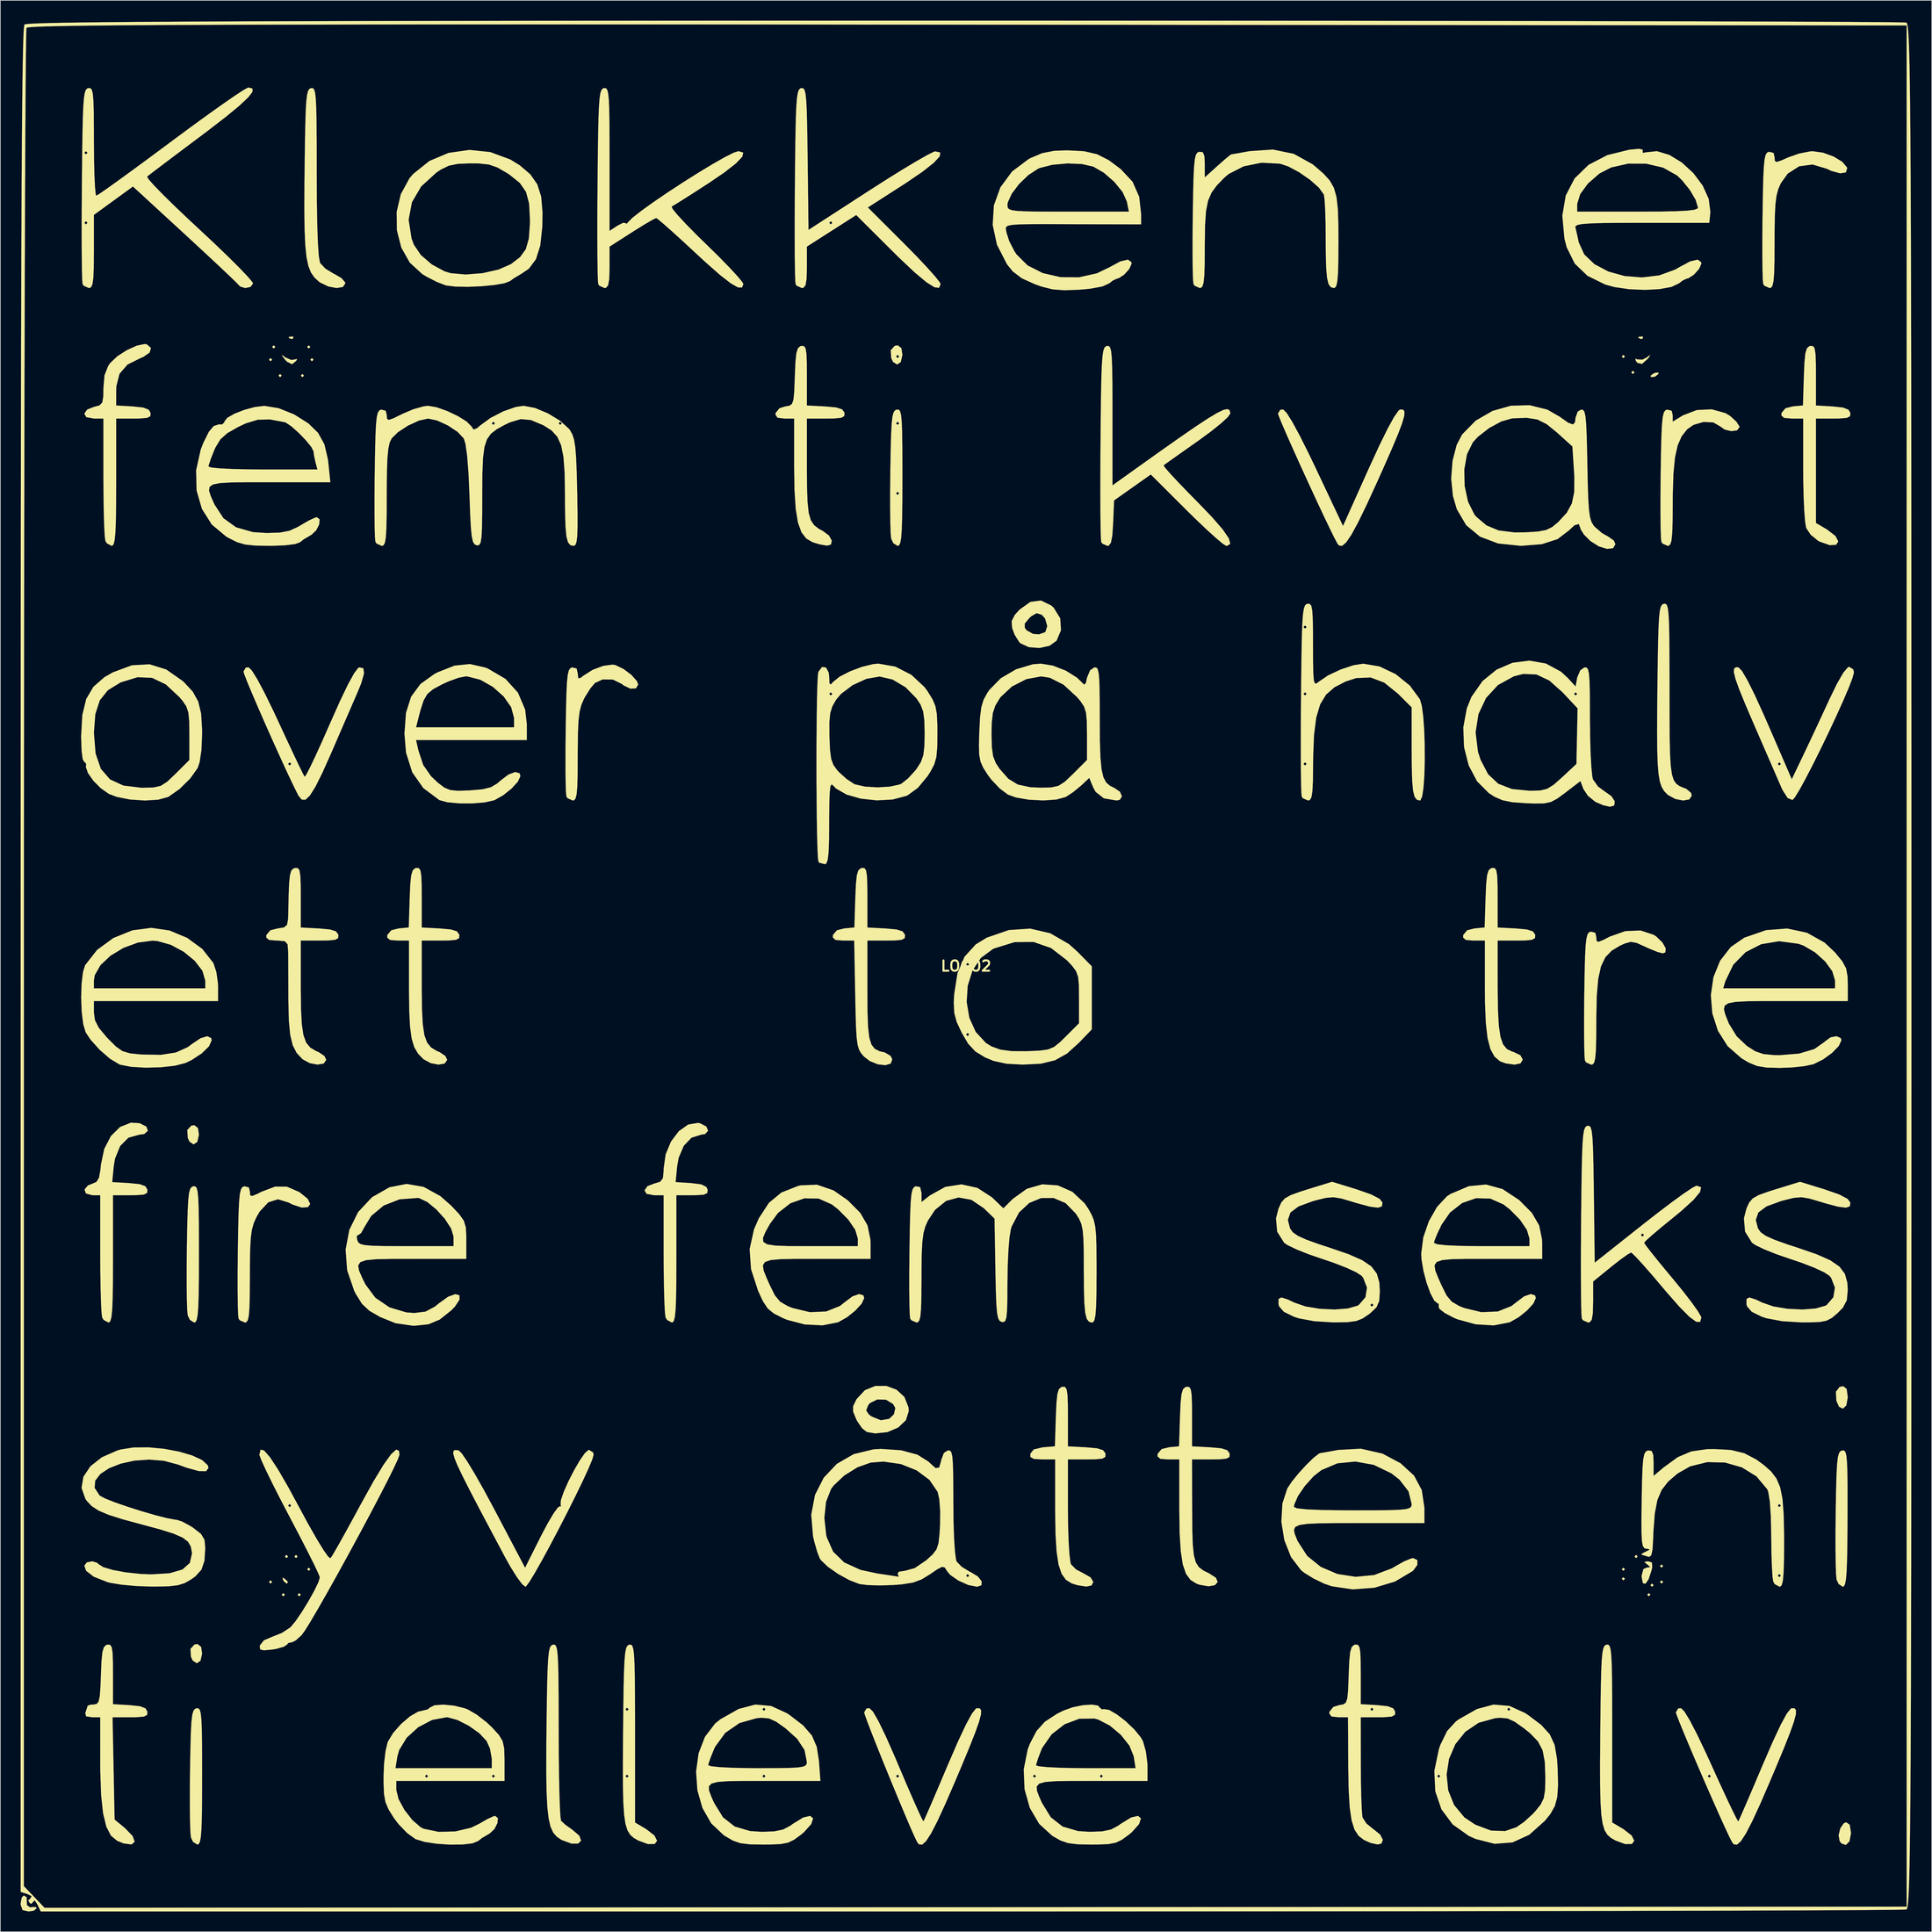
<source format=kicad_pcb>
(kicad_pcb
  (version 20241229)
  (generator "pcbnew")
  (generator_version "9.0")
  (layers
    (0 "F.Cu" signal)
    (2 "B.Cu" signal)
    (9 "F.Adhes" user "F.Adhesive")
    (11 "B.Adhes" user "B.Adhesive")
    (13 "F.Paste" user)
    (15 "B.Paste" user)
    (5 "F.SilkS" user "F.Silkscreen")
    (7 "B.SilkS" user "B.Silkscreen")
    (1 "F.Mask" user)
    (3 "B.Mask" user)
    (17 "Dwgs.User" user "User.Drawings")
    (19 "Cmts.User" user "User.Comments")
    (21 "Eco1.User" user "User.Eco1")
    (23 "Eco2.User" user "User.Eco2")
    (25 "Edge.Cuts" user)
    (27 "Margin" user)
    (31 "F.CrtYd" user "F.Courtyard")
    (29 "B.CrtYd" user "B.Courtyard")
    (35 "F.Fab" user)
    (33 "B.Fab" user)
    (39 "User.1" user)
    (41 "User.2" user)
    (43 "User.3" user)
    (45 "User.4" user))
  (footprint "LOGO2"
    (layer "F.Cu")
    (at 139.705 139.705)
    (property "Reference" "LOGO2" (at 0 0 0) (layer "F.SilkS") (effects (font (size 1.524 1.524) (thickness 0.3))))
    (attr through_hole)
    (fp_poly (pts (xy -102.541 -89.606) (xy -102.776 -89.37) (xy -103.011 -89.606) (xy -102.776 -89.841) (xy -102.541 -89.606)) (stroke (width 0.01) (type solid)) (fill yes) (layer "F.SilkS"))
    (fp_poly (pts (xy -102.541 91.017) (xy -102.776 91.252) (xy -103.011 91.017) (xy -102.776 90.781) (xy -102.541 91.017)) (stroke (width 0.01) (type solid)) (fill yes) (layer "F.SilkS"))
    (fp_poly (pts (xy -102.07 -91.487) (xy -102.306 -91.252) (xy -102.541 -91.487) (xy -102.306 -91.722) (xy -102.07 -91.487)) (stroke (width 0.01) (type solid)) (fill yes) (layer "F.SilkS"))
    (fp_poly (pts (xy -101.13 -87.254) (xy -101.365 -87.019) (xy -101.6 -87.254) (xy -101.365 -87.489) (xy -101.13 -87.254)) (stroke (width 0.01) (type solid)) (fill yes) (layer "F.SilkS"))
    (fp_poly (pts (xy -100.659 92.898) (xy -100.894 93.133) (xy -101.13 92.898) (xy -100.894 92.663) (xy -100.659 92.898)) (stroke (width 0.01) (type solid)) (fill yes) (layer "F.SilkS"))
    (fp_poly (pts (xy -100.189 87.254) (xy -100.424 87.489) (xy -100.659 87.254) (xy -100.424 87.019) (xy -100.189 87.254)) (stroke (width 0.01) (type solid)) (fill yes) (layer "F.SilkS"))
    (fp_poly (pts (xy -98.778 87.254) (xy -99.013 87.489) (xy -99.248 87.254) (xy -99.013 87.019) (xy -98.778 87.254)) (stroke (width 0.01) (type solid)) (fill yes) (layer "F.SilkS"))
    (fp_poly (pts (xy -98.307 92.898) (xy -98.543 93.133) (xy -98.778 92.898) (xy -98.543 92.663) (xy -98.307 92.898)) (stroke (width 0.01) (type solid)) (fill yes) (layer "F.SilkS"))
    (fp_poly (pts (xy -97.837 -87.254) (xy -98.072 -87.019) (xy -98.307 -87.254) (xy -98.072 -87.489) (xy -97.837 -87.254)) (stroke (width 0.01) (type solid)) (fill yes) (layer "F.SilkS"))
    (fp_poly (pts (xy -96.896 -91.487) (xy -97.131 -91.252) (xy -97.367 -91.487) (xy -97.131 -91.722) (xy -96.896 -91.487)) (stroke (width 0.01) (type solid)) (fill yes) (layer "F.SilkS"))
    (fp_poly (pts (xy -96.896 89.135) (xy -97.131 89.37) (xy -97.367 89.135) (xy -97.131 88.9) (xy -96.896 89.135)) (stroke (width 0.01) (type solid)) (fill yes) (layer "F.SilkS"))
    (fp_poly (pts (xy -96.426 -89.606) (xy -96.661 -89.37) (xy -96.896 -89.606) (xy -96.661 -89.841) (xy -96.426 -89.606)) (stroke (width 0.01) (type solid)) (fill yes) (layer "F.SilkS"))
    (fp_poly (pts (xy 97.367 -90.076) (xy 97.131 -89.841) (xy 96.896 -90.076) (xy 97.131 -90.311) (xy 97.367 -90.076)) (stroke (width 0.01) (type solid)) (fill yes) (layer "F.SilkS"))
    (fp_poly (pts (xy 97.367 89.135) (xy 97.131 89.37) (xy 96.896 89.135) (xy 97.131 88.9) (xy 97.367 89.135)) (stroke (width 0.01) (type solid)) (fill yes) (layer "F.SilkS"))
    (fp_poly (pts (xy 97.367 90.546) (xy 97.131 90.781) (xy 96.896 90.546) (xy 97.131 90.311) (xy 97.367 90.546)) (stroke (width 0.01) (type solid)) (fill yes) (layer "F.SilkS"))
    (fp_poly (pts (xy 98.778 -87.724) (xy 98.543 -87.489) (xy 98.307 -87.724) (xy 98.543 -87.959) (xy 98.778 -87.724)) (stroke (width 0.01) (type solid)) (fill yes) (layer "F.SilkS"))
    (fp_poly (pts (xy 99.248 87.254) (xy 99.013 87.489) (xy 98.778 87.254) (xy 99.013 87.019) (xy 99.248 87.254)) (stroke (width 0.01) (type solid)) (fill yes) (layer "F.SilkS"))
    (fp_poly (pts (xy 101.13 92.898) (xy 100.894 93.133) (xy 100.659 92.898) (xy 100.894 92.663) (xy 101.13 92.898)) (stroke (width 0.01) (type solid)) (fill yes) (layer "F.SilkS"))
    (fp_poly (pts (xy 101.6 91.487) (xy 101.365 91.722) (xy 101.13 91.487) (xy 101.365 91.252) (xy 101.6 91.487)) (stroke (width 0.01) (type solid)) (fill yes) (layer "F.SilkS"))
    (fp_poly (pts (xy 103.011 88.665) (xy 102.776 88.9) (xy 102.541 88.665) (xy 102.776 88.43) (xy 103.011 88.665)) (stroke (width 0.01) (type solid)) (fill yes) (layer "F.SilkS"))
    (fp_poly (pts (xy 103.011 91.017) (xy 102.776 91.252) (xy 102.541 91.017) (xy 102.776 90.781) (xy 103.011 91.017)) (stroke (width 0.01) (type solid)) (fill yes) (layer "F.SilkS"))
    (fp_poly (pts (xy -99.405 -92.977) (xy -99.47 -92.697) (xy -99.719 -92.663) (xy -100.106 -92.835) (xy -100.032 -92.977) (xy -99.474 -93.033) (xy -99.405 -92.977)) (stroke (width 0.01) (type solid)) (fill yes) (layer "F.SilkS"))
    (fp_poly (pts (xy 100.032 -92.977) (xy 99.968 -92.697) (xy 99.719 -92.663) (xy 99.331 -92.835) (xy 99.405 -92.977) (xy 99.963 -93.033) (xy 100.032 -92.977)) (stroke (width 0.01) (type solid)) (fill yes) (layer "F.SilkS"))
    (fp_poly (pts (xy -100.732 90.501) (xy -100.227 90.975) (xy -100.331 91.247) (xy -100.396 91.252) (xy -100.794 90.918) (xy -100.939 90.709) (xy -100.995 90.387) (xy -100.732 90.501)) (stroke (width 0.01) (type solid)) (fill yes) (layer "F.SilkS"))
    (fp_poly (pts (xy 102.302 -87.484) (xy 101.799 -87.094) (xy 101.26 -87.028) (xy 101.13 -87.203) (xy 101.499 -87.505) (xy 101.86 -87.668) (xy 102.345 -87.701) (xy 102.302 -87.484)) (stroke (width 0.01) (type solid)) (fill yes) (layer "F.SilkS"))
    (fp_poly (pts (xy -113.506 23.942) (xy -113.359 24.93) (xy -113.599 25.988) (xy -114.147 26.355) (xy -114.749 25.955) (xy -115.004 25.404) (xy -115.079 24.235) (xy -114.488 23.591) (xy -114.037 23.519) (xy -113.506 23.942)) (stroke (width 0.01) (type solid)) (fill yes) (layer "F.SilkS"))
    (fp_poly (pts (xy -113.036 100.613) (xy -112.889 101.6) (xy -113.128 102.659) (xy -113.676 103.025) (xy -114.279 102.626) (xy -114.534 102.075) (xy -114.609 100.905) (xy -114.018 100.262) (xy -113.567 100.189) (xy -113.036 100.613)) (stroke (width 0.01) (type solid)) (fill yes) (layer "F.SilkS"))
    (fp_poly (pts (xy -100.887 -90.168) (xy -100.562 -89.918) (xy -99.688 -89.554) (xy -99.196 -89.638) (xy -98.853 -89.714) (xy -98.968 -89.443) (xy -99.6 -88.934) (xy -100.365 -89.32) (xy -100.719 -89.723) (xy -101.126 -90.28) (xy -100.887 -90.168)) (stroke (width 0.01) (type solid)) (fill yes) (layer "F.SilkS"))
    (fp_poly (pts (xy 100.977 -90.057) (xy 100.719 -89.723) (xy 99.883 -88.979) (xy 99.207 -89.135) (xy 98.968 -89.443) (xy 98.911 -89.764) (xy 99.196 -89.638) (xy 99.975 -89.613) (xy 100.562 -89.918) (xy 101.102 -90.309) (xy 100.977 -90.057)) (stroke (width 0.01) (type solid)) (fill yes) (layer "F.SilkS"))
    (fp_poly (pts (xy 130.125 62.489) (xy 130.293 63.723) (xy 130.293 63.735) (xy 130.078 64.925) (xy 129.576 65.406) (xy 128.999 65.115) (xy 128.611 64.232) (xy 128.541 62.909) (xy 129.095 62.19) (xy 129.615 62.089) (xy 130.125 62.489)) (stroke (width 0.01) (type solid)) (fill yes) (layer "F.SilkS"))
    (fp_poly (pts (xy 130.584 126.9) (xy 130.762 128.068) (xy 130.763 128.176) (xy 130.546 129.339) (xy 130.018 129.876) (xy 129.362 129.659) (xy 129.1 129.325) (xy 128.942 128.446) (xy 129.193 127.421) (xy 129.708 126.672) (xy 130.066 126.53) (xy 130.584 126.9)) (stroke (width 0.01) (type solid)) (fill yes) (layer "F.SilkS"))
    (fp_poly (pts (xy -138.816 137.613) (xy -138.815 137.701) (xy -138.783 138.764) (xy -138.295 139.116) (xy -138.054 139.06) (xy -137.448 139.05) (xy -137.348 139.244) (xy -137.751 139.587) (xy -138.524 139.7) (xy -139.419 139.506) (xy -139.695 138.741) (xy -139.7 138.524) (xy -139.539 137.64) (xy -139.23 137.348) (xy -138.816 137.613)) (stroke (width 0.01) (type solid)) (fill yes) (layer "F.SilkS"))
    (fp_poly (pts (xy -9.554 -91.299) (xy -9.407 -90.311) (xy -9.647 -89.252) (xy -10.195 -88.886) (xy -10.797 -89.286) (xy -11.052 -89.837) (xy -11.068 -90.076) (xy -10.348 -90.076) (xy -10.113 -89.841) (xy -9.878 -90.076) (xy -10.113 -90.311) (xy -10.348 -90.076) (xy -11.068 -90.076) (xy -11.127 -91.006) (xy -10.536 -91.649) (xy -10.085 -91.722) (xy -9.554 -91.299)) (stroke (width 0.01) (type solid)) (fill yes) (layer "F.SilkS"))
    (fp_poly (pts (xy 101.349 88.14) (xy 101.396 88.839) (xy 101.309 89.253) (xy 100.86 90.617) (xy 100.395 91.283) (xy 100.019 91.192) (xy 99.84 90.284) (xy 99.836 90.076) (xy 100.096 89.111) (xy 100.6 88.893) (xy 101.107 88.819) (xy 100.76 88.496) (xy 100.659 88.43) (xy 100.23 88.065) (xy 100.681 87.968) (xy 100.786 87.966) (xy 101.349 88.14)) (stroke (width 0.01) (type solid)) (fill yes) (layer "F.SilkS"))
    (fp_poly (pts (xy -113.911 32.552) (xy -113.707 32.767) (xy -113.56 33.304) (xy -113.461 34.276) (xy -113.401 35.798) (xy -113.371 37.983) (xy -113.36 40.944) (xy -113.359 42.534) (xy -113.367 45.924) (xy -113.396 48.484) (xy -113.454 50.323) (xy -113.548 51.551) (xy -113.686 52.28) (xy -113.875 52.618) (xy -114.056 52.681) (xy -114.698 52.283) (xy -115.013 51.623) (xy -115.088 50.831) (xy -115.14 49.267) (xy -115.168 47.099) (xy -115.168 44.495) (xy -115.139 41.634) (xy -115.085 38.509) (xy -115.022 36.201) (xy -114.936 34.583) (xy -114.815 33.533) (xy -114.645 32.924) (xy -114.413 32.632) (xy -114.182 32.545) (xy -113.911 32.552)) (stroke (width 0.01) (type solid)) (fill yes) (layer "F.SilkS"))
    (fp_poly (pts (xy -113.441 109.693) (xy -113.237 109.908) (xy -113.09 110.445) (xy -112.991 111.417) (xy -112.931 112.939) (xy -112.9 115.124) (xy -112.89 118.085) (xy -112.889 119.675) (xy -112.897 123.065) (xy -112.926 125.624) (xy -112.984 127.463) (xy -113.078 128.692) (xy -113.216 129.42) (xy -113.405 129.758) (xy -113.585 129.822) (xy -114.227 129.424) (xy -114.542 128.764) (xy -114.617 127.972) (xy -114.67 126.408) (xy -114.697 124.24) (xy -114.698 121.636) (xy -114.669 118.775) (xy -114.615 115.65) (xy -114.552 113.341) (xy -114.466 111.724) (xy -114.345 110.673) (xy -114.174 110.065) (xy -113.942 109.773) (xy -113.712 109.685) (xy -113.441 109.693)) (stroke (width 0.01) (type solid)) (fill yes) (layer "F.SilkS"))
    (fp_poly (pts (xy 129.737 71.593) (xy 129.94 71.809) (xy 130.085 72.346) (xy 130.18 73.319) (xy 130.235 74.841) (xy 130.258 77.026) (xy 130.259 79.987) (xy 130.254 81.575) (xy 130.234 84.993) (xy 130.193 87.576) (xy 130.124 89.431) (xy 130.02 90.664) (xy 129.874 91.381) (xy 129.678 91.689) (xy 129.56 91.722) (xy 128.947 91.324) (xy 128.639 90.664) (xy 128.564 89.872) (xy 128.512 88.308) (xy 128.484 86.14) (xy 128.484 83.536) (xy 128.513 80.675) (xy 128.567 77.549) (xy 128.63 75.24) (xy 128.716 73.623) (xy 128.837 72.572) (xy 129.008 71.963) (xy 129.24 71.672) (xy 129.467 71.586) (xy 129.737 71.593)) (stroke (width 0.01) (type solid)) (fill yes) (layer "F.SilkS"))
    (fp_poly (pts (xy 12.575 -53.285) (xy 12.957 -52.938) (xy 13.915 -51.38) (xy 14.029 -49.627) (xy 13.379 -48.082) (xy 12.348 -47.331) (xy 10.858 -47.004) (xy 9.296 -47.118) (xy 8.049 -47.688) (xy 7.871 -47.86) (xy 7.184 -48.957) (xy 6.809 -49.965) (xy 6.765 -50.6) (xy 8.669 -50.6) (xy 8.677 -49.997) (xy 8.935 -49.626) (xy 9.889 -49.081) (xy 10.778 -49.012) (xy 11.716 -49.345) (xy 11.994 -50.196) (xy 11.994 -50.278) (xy 11.677 -51.368) (xy 11.178 -51.918) (xy 10.427 -52.144) (xy 9.634 -51.691) (xy 9.335 -51.407) (xy 8.669 -50.6) (xy 6.765 -50.6) (xy 6.739 -50.964) (xy 7.203 -51.888) (xy 7.912 -52.67) (xy 9.509 -53.808) (xy 11.071 -54.014) (xy 12.575 -53.285)) (stroke (width 0.01) (type solid)) (fill yes) (layer "F.SilkS"))
    (fp_poly (pts (xy -10.275 62.605) (xy -9.108 63.68) (xy -8.504 65.22) (xy -8.467 65.769) (xy -8.892 67.109) (xy -10.015 68.181) (xy -11.603 68.87) (xy -13.426 69.059) (xy -14.658 68.851) (xy -15.361 68.3) (xy -16.09 67.236) (xy -16.211 66.997) (xy -16.681 65.858) (xy -16.683 65.655) (xy -14.761 65.655) (xy -14.37 66.259) (xy -13.985 66.551) (xy -12.597 67.122) (xy -11.351 66.908) (xy -10.659 66.244) (xy -10.448 65.315) (xy -10.786 64.715) (xy -11.829 64.082) (xy -13.115 64.046) (xy -14.211 64.587) (xy -14.46 64.891) (xy -14.761 65.655) (xy -16.683 65.655) (xy -16.689 65.055) (xy -16.228 64.098) (xy -16.158 63.98) (xy -14.949 62.681) (xy -13.417 62.054) (xy -11.786 62.046) (xy -10.275 62.605)) (stroke (width 0.01) (type solid)) (fill yes) (layer "F.SilkS"))
    (fp_poly (pts (xy 94.903 100.285) (xy 95.092 100.476) (xy 95.236 100.95) (xy 95.339 101.809) (xy 95.41 103.153) (xy 95.453 105.082) (xy 95.476 107.695) (xy 95.484 111.094) (xy 95.485 113.341) (xy 95.485 126.561) (xy 97.131 127.533) (xy 98.358 128.486) (xy 98.743 129.268) (xy 98.386 129.735) (xy 97.386 129.745) (xy 95.965 129.218) (xy 95.301 128.837) (xy 94.775 128.373) (xy 94.372 127.718) (xy 94.079 126.769) (xy 93.879 125.418) (xy 93.758 123.562) (xy 93.701 121.094) (xy 93.693 117.909) (xy 93.72 113.901) (xy 93.724 113.366) (xy 93.762 109.528) (xy 93.805 106.528) (xy 93.86 104.261) (xy 93.935 102.624) (xy 94.037 101.513) (xy 94.173 100.824) (xy 94.352 100.454) (xy 94.58 100.299) (xy 94.662 100.278) (xy 94.903 100.285)) (stroke (width 0.01) (type solid)) (fill yes) (layer "F.SilkS"))
    (fp_poly (pts (xy 64.572 -82.227) (xy 64.787 -81.944) (xy 64.75 -81.295) (xy 64.433 -80.191) (xy 63.809 -78.544) (xy 62.85 -76.268) (xy 61.528 -73.273) (xy 60.729 -71.496) (xy 59.182 -68.127) (xy 57.937 -65.569) (xy 56.952 -63.755) (xy 56.184 -62.622) (xy 55.593 -62.103) (xy 55.135 -62.134) (xy 54.891 -62.416) (xy 54.434 -63.272) (xy 53.699 -64.765) (xy 52.756 -66.742) (xy 51.675 -69.05) (xy 50.526 -71.537) (xy 49.379 -74.05) (xy 48.303 -76.436) (xy 47.368 -78.543) (xy 46.645 -80.218) (xy 46.202 -81.308) (xy 46.096 -81.649) (xy 46.45 -82.209) (xy 46.875 -82.232) (xy 47.368 -81.744) (xy 48.19 -80.441) (xy 49.308 -78.378) (xy 50.694 -75.611) (xy 51.679 -73.554) (xy 55.705 -65.029) (xy 59.53 -73.554) (xy 61.044 -76.847) (xy 62.294 -79.391) (xy 63.259 -81.149) (xy 63.919 -82.084) (xy 64.133 -82.232) (xy 64.572 -82.227)) (stroke (width 0.01) (type solid)) (fill yes) (layer "F.SilkS"))
    (fp_poly (pts (xy -96.532 -129.726) (xy -96.339 -129.531) (xy -96.195 -129.045) (xy -96.092 -128.164) (xy -96.024 -126.786) (xy -95.983 -124.809) (xy -95.962 -122.129) (xy -95.956 -118.644) (xy -95.956 -117.361) (xy -95.935 -113.046) (xy -95.876 -109.508) (xy -95.779 -106.787) (xy -95.646 -104.922) (xy -95.478 -103.952) (xy -95.447 -103.881) (xy -94.68 -103.063) (xy -93.481 -102.325) (xy -93.331 -102.259) (xy -92.278 -101.648) (xy -91.74 -100.999) (xy -91.722 -100.888) (xy -92.097 -100.344) (xy -93.032 -100.196) (xy -94.242 -100.423) (xy -95.443 -101.006) (xy -95.646 -101.155) (xy -96.289 -101.749) (xy -96.797 -102.477) (xy -97.182 -103.447) (xy -97.46 -104.768) (xy -97.642 -106.548) (xy -97.744 -108.898) (xy -97.78 -111.925) (xy -97.762 -115.737) (xy -97.743 -117.586) (xy -97.695 -121.267) (xy -97.643 -124.115) (xy -97.579 -126.237) (xy -97.493 -127.742) (xy -97.378 -128.736) (xy -97.225 -129.328) (xy -97.025 -129.625) (xy -96.779 -129.733) (xy -96.532 -129.726)) (stroke (width 0.01) (type solid)) (fill yes) (layer "F.SilkS"))
    (fp_poly (pts (xy -60.786 100.285) (xy -60.595 100.478) (xy -60.451 100.96) (xy -60.348 101.831) (xy -60.277 103.193) (xy -60.234 105.148) (xy -60.211 107.798) (xy -60.202 111.243) (xy -60.2 112.972) (xy -60.186 116.369) (xy -60.15 119.465) (xy -60.095 122.132) (xy -60.025 124.245) (xy -59.943 125.675) (xy -59.852 126.298) (xy -59.847 126.305) (xy -59.229 126.882) (xy -58.222 127.601) (xy -58.208 127.61) (xy -57.142 128.519) (xy -56.887 129.244) (xy -57.317 129.668) (xy -58.303 129.677) (xy -59.72 129.154) (xy -59.838 129.092) (xy -60.487 128.653) (xy -61.002 128.052) (xy -61.396 127.187) (xy -61.682 125.954) (xy -61.875 124.252) (xy -61.986 121.977) (xy -62.03 119.029) (xy -62.02 115.304) (xy -61.994 112.66) (xy -61.947 108.939) (xy -61.896 106.053) (xy -61.833 103.894) (xy -61.75 102.356) (xy -61.637 101.332) (xy -61.488 100.716) (xy -61.294 100.402) (xy -61.045 100.281) (xy -61.031 100.278) (xy -60.786 100.285)) (stroke (width 0.01) (type solid)) (fill yes) (layer "F.SilkS"))
    (fp_poly (pts (xy -9.959 -82.219) (xy -9.755 -82.003) (xy -9.608 -81.466) (xy -9.51 -80.494) (xy -9.449 -78.972) (xy -9.419 -76.788) (xy -9.408 -73.826) (xy -9.407 -72.236) (xy -9.415 -68.846) (xy -9.445 -66.287) (xy -9.502 -64.448) (xy -9.596 -63.219) (xy -9.734 -62.491) (xy -9.923 -62.153) (xy -10.104 -62.089) (xy -10.746 -62.487) (xy -11.061 -63.147) (xy -11.136 -63.939) (xy -11.188 -65.503) (xy -11.216 -67.671) (xy -11.216 -69.85) (xy -10.348 -69.85) (xy -10.113 -69.615) (xy -9.878 -69.85) (xy -10.113 -70.085) (xy -10.348 -69.85) (xy -11.216 -69.85) (xy -11.216 -70.275) (xy -11.187 -73.137) (xy -11.133 -76.261) (xy -11.07 -78.57) (xy -10.985 -80.187) (xy -10.983 -80.198) (xy -10.348 -80.198) (xy -10.113 -79.963) (xy -9.878 -80.198) (xy -10.113 -80.433) (xy -10.348 -80.198) (xy -10.983 -80.198) (xy -10.863 -81.238) (xy -10.693 -81.847) (xy -10.461 -82.138) (xy -10.231 -82.226) (xy -9.959 -82.219)) (stroke (width 0.01) (type solid)) (fill yes) (layer "F.SilkS"))
    (fp_poly (pts (xy 103.373 -53.526) (xy 103.563 -53.333) (xy 103.707 -52.853) (xy 103.81 -51.984) (xy 103.88 -50.625) (xy 103.922 -48.674) (xy 103.944 -46.03) (xy 103.951 -42.592) (xy 103.952 -40.794) (xy 103.954 -36.847) (xy 103.973 -33.733) (xy 104.026 -31.347) (xy 104.132 -29.581) (xy 104.308 -28.328) (xy 104.573 -27.481) (xy 104.945 -26.935) (xy 105.442 -26.581) (xy 106.082 -26.313) (xy 106.421 -26.192) (xy 107.118 -25.606) (xy 107.244 -25.18) (xy 106.873 -24.622) (xy 105.963 -24.463) (xy 104.818 -24.685) (xy 103.741 -25.269) (xy 103.592 -25.398) (xy 103.143 -25.881) (xy 102.789 -26.471) (xy 102.522 -27.274) (xy 102.331 -28.4) (xy 102.206 -29.956) (xy 102.139 -32.049) (xy 102.119 -34.788) (xy 102.137 -38.281) (xy 102.169 -41.386) (xy 102.215 -45.067) (xy 102.266 -47.915) (xy 102.33 -50.037) (xy 102.414 -51.541) (xy 102.529 -52.536) (xy 102.682 -53.128) (xy 102.882 -53.425) (xy 103.129 -53.533) (xy 103.373 -53.526)) (stroke (width 0.01) (type solid)) (fill yes) (layer "F.SilkS"))
    (fp_poly (pts (xy 125.149 -91.617) (xy 125.392 -91.279) (xy 125.525 -90.457) (xy 125.58 -88.984) (xy 125.589 -87.313) (xy 125.589 -82.834) (xy 128.054 -82.692) (xy 129.594 -82.526) (xy 130.402 -82.207) (xy 130.675 -81.727) (xy 130.636 -81.253) (xy 130.152 -81.003) (xy 129.024 -80.911) (xy 128.21 -80.904) (xy 125.589 -80.904) (xy 125.589 -65.474) (xy 127.235 -64.503) (xy 128.481 -63.541) (xy 128.892 -62.747) (xy 128.574 -62.254) (xy 127.632 -62.197) (xy 126.173 -62.708) (xy 125.92 -62.84) (xy 124.824 -63.728) (xy 124.156 -64.733) (xy 124.002 -65.599) (xy 123.87 -67.212) (xy 123.772 -69.381) (xy 123.716 -71.913) (xy 123.707 -73.408) (xy 123.707 -80.904) (xy 122.027 -80.904) (xy 120.9 -80.996) (xy 120.491 -81.347) (xy 120.502 -81.727) (xy 121.093 -82.427) (xy 122.165 -82.696) (xy 123.673 -82.842) (xy 123.808 -87.159) (xy 123.897 -89.235) (xy 124.033 -90.547) (xy 124.253 -91.271) (xy 124.596 -91.585) (xy 124.766 -91.634) (xy 125.149 -91.617)) (stroke (width 0.01) (type solid)) (fill yes) (layer "F.SilkS"))
    (fp_poly (pts (xy 112.215 -81.705) (xy 112.908 -81.286) (xy 113.827 -80.451) (xy 114.288 -79.73) (xy 114.3 -79.639) (xy 113.931 -79.161) (xy 113.073 -79.045) (xy 112.1 -79.28) (xy 111.478 -79.728) (xy 110.429 -80.333) (xy 108.984 -80.405) (xy 107.501 -79.975) (xy 106.556 -79.317) (xy 105.748 -78.286) (xy 105.159 -76.95) (xy 104.763 -75.165) (xy 104.53 -72.786) (xy 104.432 -69.669) (xy 104.425 -68.321) (xy 104.409 -65.754) (xy 104.354 -63.987) (xy 104.243 -62.882) (xy 104.059 -62.298) (xy 103.788 -62.096) (xy 103.702 -62.089) (xy 102.925 -62.427) (xy 102.751 -62.69) (xy 102.686 -63.327) (xy 102.642 -64.752) (xy 102.618 -66.811) (xy 102.618 -69.35) (xy 102.642 -72.218) (xy 102.648 -72.679) (xy 102.698 -75.892) (xy 102.757 -78.286) (xy 102.837 -79.982) (xy 102.95 -81.103) (xy 103.109 -81.77) (xy 103.324 -82.104) (xy 103.599 -82.226) (xy 104.273 -82.055) (xy 104.422 -81.415) (xy 104.422 -80.447) (xy 105.951 -81.379) (xy 107.987 -82.16) (xy 110.19 -82.267) (xy 112.215 -81.705)) (stroke (width 0.01) (type solid)) (fill yes) (layer "F.SilkS"))
    (fp_poly (pts (xy -105.975 32.722) (xy -105.833 33.311) (xy -105.789 33.871) (xy -105.497 33.988) (xy -104.723 33.666) (xy -104.088 33.346) (xy -102.093 32.594) (xy -100.349 32.608) (xy -98.551 33.391) (xy -98.481 33.435) (xy -97.29 34.391) (xy -96.919 35.158) (xy -97.25 35.628) (xy -98.166 35.69) (xy -99.548 35.236) (xy -100.102 34.945) (xy -101.679 34.464) (xy -103.111 34.91) (xy -104.388 36.279) (xy -104.873 37.122) (xy -105.259 37.989) (xy -105.527 38.943) (xy -105.698 40.172) (xy -105.791 41.864) (xy -105.829 44.205) (xy -105.833 45.842) (xy -105.846 48.548) (xy -105.894 50.448) (xy -105.99 51.675) (xy -106.15 52.364) (xy -106.387 52.649) (xy -106.554 52.681) (xy -107.33 52.344) (xy -107.505 52.08) (xy -107.569 51.443) (xy -107.614 50.018) (xy -107.637 47.96) (xy -107.638 45.42) (xy -107.614 42.553) (xy -107.608 42.091) (xy -107.557 38.878) (xy -107.498 36.484) (xy -107.418 34.788) (xy -107.305 33.667) (xy -107.147 33.001) (xy -106.931 32.666) (xy -106.656 32.545) (xy -105.975 32.722)) (stroke (width 0.01) (type solid)) (fill yes) (layer "F.SilkS"))
    (fp_poly (pts (xy -126.499 100.294) (xy -126.257 100.632) (xy -126.123 101.454) (xy -126.068 102.927) (xy -126.059 104.598) (xy -126.059 109.077) (xy -123.594 109.219) (xy -122.054 109.385) (xy -121.246 109.705) (xy -120.973 110.184) (xy -121.012 110.656) (xy -121.491 110.906) (xy -122.611 110.999) (xy -123.47 111.007) (xy -126.124 111.007) (xy -125.974 118.568) (xy -125.824 126.129) (xy -124.291 127.388) (xy -123.155 128.559) (xy -122.856 129.404) (xy -123.321 129.807) (xy -124.479 129.653) (xy -125.448 129.259) (xy -126.357 128.503) (xy -127.042 127.174) (xy -127.522 125.189) (xy -127.813 122.463) (xy -127.935 118.915) (xy -127.941 117.744) (xy -127.941 111.007) (xy -129.167 111.007) (xy -130.035 110.868) (xy -130.144 110.368) (xy -130.108 110.263) (xy -129.859 109.514) (xy -129.822 109.323) (xy -129.427 109.162) (xy -128.899 109.126) (xy -128.462 109.046) (xy -128.178 108.688) (xy -128.006 107.876) (xy -127.902 106.435) (xy -127.841 104.78) (xy -127.752 102.697) (xy -127.617 101.378) (xy -127.399 100.647) (xy -127.06 100.329) (xy -126.882 100.277) (xy -126.499 100.294)) (stroke (width 0.01) (type solid)) (fill yes) (layer "F.SilkS"))
    (fp_poly (pts (xy -122.146 23.22) (xy -121.137 23.718) (xy -120.903 24.335) (xy -121.435 24.815) (xy -122.214 24.93) (xy -123.779 25.363) (xy -124.995 26.58) (xy -125.764 28.459) (xy -125.949 29.591) (xy -126.174 31.932) (xy -123.652 32.076) (xy -122.094 32.238) (xy -121.268 32.547) (xy -120.973 33.044) (xy -121.012 33.517) (xy -121.496 33.767) (xy -122.624 33.859) (xy -123.438 33.867) (xy -126.059 33.867) (xy -126.059 43.274) (xy -126.07 46.554) (xy -126.106 49.004) (xy -126.175 50.731) (xy -126.286 51.846) (xy -126.445 52.457) (xy -126.661 52.675) (xy -126.714 52.681) (xy -127.432 52.301) (xy -127.655 51.937) (xy -127.746 51.246) (xy -127.825 49.778) (xy -127.887 47.697) (xy -127.928 45.167) (xy -127.941 42.53) (xy -127.941 33.867) (xy -129.117 33.867) (xy -130.051 33.607) (xy -130.268 33.026) (xy -129.757 32.423) (xy -129.172 32.192) (xy -128.505 31.903) (xy -128.124 31.293) (xy -127.91 30.108) (xy -127.838 29.341) (xy -127.343 27.012) (xy -126.355 25.113) (xy -125.003 23.78) (xy -123.412 23.151) (xy -122.146 23.22)) (stroke (width 0.01) (type solid)) (fill yes) (layer "F.SilkS"))
    (fp_poly (pts (xy -49.5 100.285) (xy -49.311 100.476) (xy -49.168 100.95) (xy -49.064 101.809) (xy -48.994 103.153) (xy -48.951 105.082) (xy -48.928 107.695) (xy -48.919 111.094) (xy -48.919 113.341) (xy -48.919 126.561) (xy -47.272 127.533) (xy -46.046 128.486) (xy -45.66 129.268) (xy -46.017 129.735) (xy -47.018 129.745) (xy -48.439 129.218) (xy -49.103 128.837) (xy -49.629 128.373) (xy -50.031 127.718) (xy -50.325 126.769) (xy -50.525 125.418) (xy -50.646 123.562) (xy -50.702 121.094) (xy -50.706 119.709) (xy -50.33 119.709) (xy -50.094 119.944) (xy -49.859 119.709) (xy -50.094 119.474) (xy -50.33 119.709) (xy -50.706 119.709) (xy -50.71 117.909) (xy -50.684 113.901) (xy -50.679 113.366) (xy -50.644 109.831) (xy -50.33 109.831) (xy -50.094 110.067) (xy -49.859 109.831) (xy -50.094 109.596) (xy -50.33 109.831) (xy -50.644 109.831) (xy -50.641 109.528) (xy -50.599 106.528) (xy -50.544 104.261) (xy -50.469 102.624) (xy -50.367 101.513) (xy -50.23 100.824) (xy -50.052 100.454) (xy -49.824 100.299) (xy -49.742 100.278) (xy -49.5 100.285)) (stroke (width 0.01) (type solid)) (fill yes) (layer "F.SilkS"))
    (fp_poly (pts (xy -39.317 23.231) (xy -38.382 23.713) (xy -38.121 24.337) (xy -38.553 24.822) (xy -39.194 24.93) (xy -40.58 25.368) (xy -41.717 26.567) (xy -42.477 28.357) (xy -42.693 29.59) (xy -42.918 31.929) (xy -40.631 32.075) (xy -39.143 32.261) (xy -38.389 32.63) (xy -38.187 33.044) (xy -38.234 33.535) (xy -38.751 33.783) (xy -39.946 33.864) (xy -40.417 33.867) (xy -42.804 33.867) (xy -42.804 43.274) (xy -42.814 46.554) (xy -42.85 49.004) (xy -42.92 50.731) (xy -43.031 51.846) (xy -43.19 52.457) (xy -43.406 52.675) (xy -43.459 52.681) (xy -44.176 52.301) (xy -44.4 51.937) (xy -44.491 51.246) (xy -44.57 49.778) (xy -44.632 47.697) (xy -44.672 45.167) (xy -44.685 42.53) (xy -44.685 33.867) (xy -46.096 33.867) (xy -47.208 33.662) (xy -47.507 33.149) (xy -47.084 32.535) (xy -46.096 32.15) (xy -45.194 31.877) (xy -44.789 31.341) (xy -44.686 30.234) (xy -44.684 29.927) (xy -44.387 27.823) (xy -43.591 25.921) (xy -42.434 24.396) (xy -41.059 23.423) (xy -39.605 23.178) (xy -39.317 23.231)) (stroke (width 0.01) (type solid)) (fill yes) (layer "F.SilkS"))
    (fp_poly (pts (xy 101.61 -4.616) (xy 101.997 -4.36) (xy 102.91 -3.475) (xy 103.387 -2.617) (xy 103.339 -2.02) (xy 102.959 -1.881) (xy 102.206 -2.075) (xy 100.983 -2.565) (xy 100.358 -2.854) (xy 99.088 -3.423) (xy 98.226 -3.578) (xy 97.346 -3.338) (xy 96.658 -3.025) (xy 95.403 -2.277) (xy 94.474 -1.303) (xy 93.828 0.037) (xy 93.418 1.882) (xy 93.202 4.372) (xy 93.134 7.646) (xy 93.133 7.978) (xy 93.12 10.631) (xy 93.07 12.479) (xy 92.968 13.66) (xy 92.8 14.308) (xy 92.551 14.561) (xy 92.413 14.581) (xy 91.636 14.243) (xy 91.462 13.98) (xy 91.396 13.34) (xy 91.352 11.916) (xy 91.329 9.861) (xy 91.329 7.333) (xy 91.355 4.487) (xy 91.359 4.226) (xy 91.41 1.058) (xy 91.47 -1.292) (xy 91.553 -2.948) (xy 91.67 -4.032) (xy 91.834 -4.669) (xy 92.057 -4.981) (xy 92.31 -5.085) (xy 92.985 -4.914) (xy 93.133 -4.275) (xy 93.171 -3.713) (xy 93.431 -3.565) (xy 94.133 -3.837) (xy 95.128 -4.348) (xy 97.435 -5.163) (xy 99.674 -5.253) (xy 101.61 -4.616)) (stroke (width 0.01) (type solid)) (fill yes) (layer "F.SilkS"))
    (fp_poly (pts (xy 126.651 -120.187) (xy 128.203 -119.617) (xy 129.478 -118.845) (xy 130.172 -118.02) (xy 130.209 -117.891) (xy 130.003 -117.277) (xy 129.162 -117.147) (xy 127.865 -117.502) (xy 127.171 -117.825) (xy 125.094 -118.447) (xy 123.122 -118.19) (xy 121.433 -117.111) (xy 120.398 -115.678) (xy 120.025 -114.824) (xy 119.766 -113.851) (xy 119.601 -112.574) (xy 119.512 -110.809) (xy 119.477 -108.37) (xy 119.474 -107.028) (xy 119.461 -104.322) (xy 119.414 -102.422) (xy 119.317 -101.195) (xy 119.157 -100.506) (xy 118.92 -100.222) (xy 118.754 -100.189) (xy 117.977 -100.527) (xy 117.803 -100.79) (xy 117.738 -101.427) (xy 117.694 -102.852) (xy 117.67 -104.911) (xy 117.67 -107.45) (xy 117.694 -110.318) (xy 117.7 -110.779) (xy 117.75 -113.992) (xy 117.809 -116.386) (xy 117.889 -118.082) (xy 118.002 -119.203) (xy 118.161 -119.87) (xy 118.376 -120.204) (xy 118.651 -120.326) (xy 119.328 -120.153) (xy 119.474 -119.532) (xy 119.514 -118.972) (xy 119.785 -118.817) (xy 120.516 -119.06) (xy 121.473 -119.487) (xy 123.1 -120.06) (xy 124.718 -120.38) (xy 125.126 -120.404) (xy 126.651 -120.187)) (stroke (width 0.01) (type solid)) (fill yes) (layer "F.SilkS"))
    (fp_poly (pts (xy -51.814 -44.473) (xy -50.603 -43.886) (xy -49.449 -43.016) (xy -48.645 -42.114) (xy -48.448 -41.594) (xy -48.785 -41.031) (xy -49.601 -40.994) (xy -50.603 -41.473) (xy -50.865 -41.687) (xy -52.183 -42.337) (xy -53.702 -42.353) (xy -54.831 -41.836) (xy -55.514 -41.032) (xy -56.29 -39.798) (xy -56.479 -39.444) (xy -56.853 -38.576) (xy -57.11 -37.567) (xy -57.271 -36.23) (xy -57.355 -34.375) (xy -57.384 -31.814) (xy -57.385 -31.063) (xy -57.399 -28.41) (xy -57.449 -26.562) (xy -57.55 -25.381) (xy -57.719 -24.733) (xy -57.968 -24.48) (xy -58.106 -24.459) (xy -58.882 -24.797) (xy -59.057 -25.061) (xy -59.122 -25.701) (xy -59.167 -27.125) (xy -59.19 -29.179) (xy -59.189 -31.707) (xy -59.163 -34.554) (xy -59.16 -34.815) (xy -59.108 -37.983) (xy -59.048 -40.333) (xy -58.966 -41.988) (xy -58.849 -43.073) (xy -58.685 -43.71) (xy -58.461 -44.022) (xy -58.208 -44.126) (xy -57.549 -43.968) (xy -57.385 -43.236) (xy -57.307 -42.514) (xy -56.914 -42.604) (xy -56.562 -42.889) (xy -55.188 -43.765) (xy -53.611 -44.359) (xy -52.222 -44.542) (xy -51.814 -44.473)) (stroke (width 0.01) (type solid)) (fill yes) (layer "F.SilkS"))
    (fp_poly (pts (xy 78.112 -14.476) (xy 78.354 -14.139) (xy 78.488 -13.316) (xy 78.543 -11.844) (xy 78.552 -10.171) (xy 78.552 -5.691) (xy 81.252 -5.55) (xy 82.863 -5.403) (xy 83.74 -5.13) (xy 84.092 -4.661) (xy 84.109 -4.586) (xy 84.074 -4.128) (xy 83.619 -3.878) (xy 82.549 -3.777) (xy 81.409 -3.763) (xy 78.552 -3.763) (xy 78.559 3.175) (xy 78.596 6.373) (xy 78.721 8.757) (xy 78.964 10.452) (xy 79.357 11.583) (xy 79.93 12.274) (xy 80.713 12.65) (xy 80.905 12.7) (xy 81.919 13.186) (xy 82.267 13.834) (xy 81.93 14.381) (xy 81.056 14.567) (xy 79.756 14.387) (xy 78.9 14.071) (xy 78.089 13.371) (xy 77.486 12.269) (xy 77.068 10.648) (xy 76.81 8.392) (xy 76.688 5.385) (xy 76.67 3.235) (xy 76.67 -3.763) (xy 74.99 -3.763) (xy 73.863 -3.855) (xy 73.454 -4.207) (xy 73.465 -4.586) (xy 74.056 -5.287) (xy 75.128 -5.555) (xy 76.636 -5.701) (xy 76.771 -10.019) (xy 76.86 -12.094) (xy 76.996 -13.406) (xy 77.216 -14.13) (xy 77.559 -14.445) (xy 77.729 -14.493) (xy 78.112 -14.476)) (stroke (width 0.01) (type solid)) (fill yes) (layer "F.SilkS"))
    (fp_poly (pts (xy 131.107 -43.833) (xy 131.205 -43.392) (xy 130.994 -42.581) (xy 130.44 -41.134) (xy 129.617 -39.204) (xy 128.597 -36.941) (xy 127.453 -34.497) (xy 126.259 -32.024) (xy 125.088 -29.675) (xy 124.013 -27.601) (xy 123.107 -25.953) (xy 122.444 -24.883) (xy 122.122 -24.542) (xy 121.414 -24.828) (xy 120.664 -25.995) (xy 120.468 -26.424) (xy 119.976 -27.554) (xy 119.197 -29.346) (xy 118.97 -29.869) (xy 119.944 -29.869) (xy 120.18 -29.633) (xy 120.415 -29.869) (xy 120.18 -30.104) (xy 119.944 -29.869) (xy 118.97 -29.869) (xy 118.217 -31.6) (xy 117.124 -34.114) (xy 116.471 -35.615) (xy 115.19 -38.599) (xy 114.279 -40.828) (xy 113.712 -42.401) (xy 113.462 -43.414) (xy 113.502 -43.967) (xy 113.806 -44.158) (xy 114.139 -44.132) (xy 114.645 -43.624) (xy 115.454 -42.254) (xy 116.553 -40.047) (xy 117.928 -37.028) (xy 118.469 -35.79) (xy 122.02 -27.601) (xy 123.69 -31.087) (xy 124.627 -33.061) (xy 125.773 -35.509) (xy 126.952 -38.048) (xy 127.571 -39.394) (xy 128.71 -41.735) (xy 129.634 -43.336) (xy 130.306 -44.134) (xy 130.507 -44.215) (xy 131.107 -43.833)) (stroke (width 0.01) (type solid)) (fill yes) (layer "F.SilkS"))
    (fp_poly (pts (xy -121.047 -91.864) (xy -120.445 -91.335) (xy -120.644 -90.66) (xy -121.563 -90.02) (xy -121.923 -89.877) (xy -123.914 -88.887) (xy -125.097 -87.521) (xy -125.57 -85.65) (xy -125.589 -85.08) (xy -125.589 -82.834) (xy -123.124 -82.692) (xy -121.584 -82.526) (xy -120.775 -82.207) (xy -120.502 -81.727) (xy -120.542 -81.253) (xy -121.026 -81.003) (xy -122.154 -80.911) (xy -122.967 -80.904) (xy -125.589 -80.904) (xy -125.589 -71.496) (xy -125.599 -68.216) (xy -125.635 -65.767) (xy -125.705 -64.039) (xy -125.816 -62.925) (xy -125.975 -62.313) (xy -126.191 -62.095) (xy -126.244 -62.089) (xy -126.962 -62.47) (xy -127.185 -62.833) (xy -127.276 -63.525) (xy -127.355 -64.993) (xy -127.417 -67.074) (xy -127.457 -69.604) (xy -127.47 -72.24) (xy -127.47 -80.904) (xy -128.881 -80.904) (xy -129.994 -81.108) (xy -130.293 -81.621) (xy -129.87 -82.236) (xy -128.881 -82.621) (xy -128.058 -82.846) (xy -127.639 -83.272) (xy -127.489 -84.164) (xy -127.47 -85.368) (xy -127.309 -87.294) (xy -126.759 -88.69) (xy -126.449 -89.131) (xy -125.402 -90.117) (xy -124.006 -91.014) (xy -122.567 -91.666) (xy -121.395 -91.918) (xy -121.047 -91.864)) (stroke (width 0.01) (type solid)) (fill yes) (layer "F.SilkS"))
    (fp_poly (pts (xy -55.116 71.873) (xy -55.033 72.206) (xy -55.24 72.929) (xy -55.811 74.293) (xy -56.671 76.156) (xy -57.746 78.372) (xy -58.961 80.797) (xy -60.243 83.288) (xy -61.516 85.7) (xy -62.706 87.889) (xy -63.738 89.71) (xy -64.538 91.02) (xy -65.032 91.675) (xy -65.116 91.722) (xy -65.603 91.33) (xy -66.388 90.272) (xy -67.353 88.722) (xy -68.106 87.371) (xy -70.277 83.292) (xy -72.035 79.967) (xy -73.413 77.322) (xy -74.444 75.281) (xy -75.16 73.77) (xy -75.593 72.714) (xy -75.777 72.038) (xy -75.743 71.668) (xy -75.524 71.529) (xy -75.152 71.546) (xy -74.97 71.579) (xy -74.51 72.036) (xy -73.696 73.229) (xy -72.592 75.053) (xy -71.262 77.402) (xy -69.769 80.171) (xy -69.688 80.325) (xy -65.164 88.919) (xy -62.788 84.183) (xy -61.812 82.337) (xy -60.954 80.896) (xy -60.313 80.012) (xy -59.998 79.822) (xy -59.805 79.863) (xy -59.912 79.63) (xy -59.873 78.942) (xy -59.451 77.708) (xy -58.764 76.16) (xy -57.932 74.532) (xy -57.076 73.058) (xy -56.316 71.969) (xy -55.77 71.5) (xy -55.734 71.496) (xy -55.116 71.873)) (stroke (width 0.01) (type solid)) (fill yes) (layer "F.SilkS"))
    (fp_poly (pts (xy 32.956 62.194) (xy 33.199 62.532) (xy 33.332 63.354) (xy 33.387 64.827) (xy 33.396 66.499) (xy 33.396 70.979) (xy 36.096 71.12) (xy 37.707 71.267) (xy 38.585 71.54) (xy 38.936 72.009) (xy 38.953 72.084) (xy 38.919 72.543) (xy 38.464 72.793) (xy 37.393 72.894) (xy 36.253 72.907) (xy 33.396 72.907) (xy 33.411 80.316) (xy 33.431 83.314) (xy 33.503 85.518) (xy 33.664 87.075) (xy 33.953 88.132) (xy 34.409 88.835) (xy 35.07 89.331) (xy 35.866 89.719) (xy 36.926 90.398) (xy 37.184 91.025) (xy 36.776 91.483) (xy 35.838 91.656) (xy 34.507 91.426) (xy 34.058 91.264) (xy 33.171 90.716) (xy 32.504 89.807) (xy 32.032 88.423) (xy 31.727 86.448) (xy 31.564 83.768) (xy 31.515 80.267) (xy 31.515 80.245) (xy 31.515 72.907) (xy 29.834 72.907) (xy 28.707 72.816) (xy 28.298 72.464) (xy 28.309 72.084) (xy 28.9 71.384) (xy 29.973 71.115) (xy 31.48 70.969) (xy 31.615 66.652) (xy 31.704 64.576) (xy 31.84 63.264) (xy 32.061 62.54) (xy 32.403 62.226) (xy 32.573 62.177) (xy 32.956 62.194)) (stroke (width 0.01) (type solid)) (fill yes) (layer "F.SilkS"))
    (fp_poly (pts (xy -80.873 -14.476) (xy -80.631 -14.139) (xy -80.498 -13.316) (xy -80.442 -11.844) (xy -80.433 -10.171) (xy -80.433 -5.691) (xy -77.733 -5.55) (xy -76.123 -5.403) (xy -75.245 -5.13) (xy -74.893 -4.661) (xy -74.877 -4.586) (xy -74.911 -4.128) (xy -75.366 -3.878) (xy -76.437 -3.777) (xy -77.577 -3.763) (xy -80.433 -3.763) (xy -80.433 3.188) (xy -80.404 6.273) (xy -80.289 8.56) (xy -80.05 10.191) (xy -79.647 11.306) (xy -79.042 12.047) (xy -78.195 12.555) (xy -77.799 12.718) (xy -76.945 13.292) (xy -76.67 13.864) (xy -77.045 14.404) (xy -77.961 14.562) (xy -79.105 14.348) (xy -80.161 13.774) (xy -80.198 13.743) (xy -80.972 12.948) (xy -81.536 11.988) (xy -81.922 10.709) (xy -82.159 8.958) (xy -82.28 6.581) (xy -82.315 3.425) (xy -82.315 3.27) (xy -82.315 -3.763) (xy -83.996 -3.763) (xy -85.123 -3.855) (xy -85.531 -4.207) (xy -85.52 -4.586) (xy -84.929 -5.287) (xy -83.857 -5.555) (xy -82.349 -5.701) (xy -82.214 -10.019) (xy -82.125 -12.094) (xy -81.989 -13.406) (xy -81.769 -14.13) (xy -81.427 -14.445) (xy -81.256 -14.493) (xy -80.873 -14.476)) (stroke (width 0.01) (type solid)) (fill yes) (layer "F.SilkS"))
    (fp_poly (pts (xy -15.021 -14.476) (xy -14.779 -14.139) (xy -14.646 -13.316) (xy -14.591 -11.844) (xy -14.581 -10.171) (xy -14.581 -5.691) (xy -11.881 -5.55) (xy -10.271 -5.403) (xy -9.393 -5.13) (xy -9.042 -4.661) (xy -9.025 -4.586) (xy -9.059 -4.128) (xy -9.514 -3.878) (xy -10.585 -3.777) (xy -11.725 -3.763) (xy -14.581 -3.763) (xy -14.581 3.69) (xy -14.563 6.747) (xy -14.482 8.997) (xy -14.3 10.573) (xy -13.98 11.609) (xy -13.483 12.238) (xy -12.772 12.593) (xy -12 12.774) (xy -11.158 13.274) (xy -10.907 13.764) (xy -11.121 14.405) (xy -11.916 14.649) (xy -13.034 14.521) (xy -14.215 14.043) (xy -15.087 13.369) (xy -15.505 12.885) (xy -15.81 12.356) (xy -16.023 11.629) (xy -16.165 10.551) (xy -16.259 8.968) (xy -16.325 6.728) (xy -16.376 4.197) (xy -16.525 -3.763) (xy -18.175 -3.763) (xy -19.288 -3.858) (xy -19.683 -4.221) (xy -19.669 -4.586) (xy -19.078 -5.287) (xy -18.005 -5.555) (xy -16.498 -5.701) (xy -16.363 -10.019) (xy -16.273 -12.094) (xy -16.137 -13.406) (xy -15.917 -14.13) (xy -15.575 -14.445) (xy -15.405 -14.493) (xy -15.021 -14.476)) (stroke (width 0.01) (type solid)) (fill yes) (layer "F.SilkS"))
    (fp_poly (pts (xy 14.612 62.194) (xy 14.854 62.532) (xy 14.988 63.354) (xy 15.043 64.827) (xy 15.052 66.499) (xy 15.052 70.979) (xy 17.752 71.12) (xy 19.363 71.267) (xy 20.24 71.54) (xy 20.592 72.009) (xy 20.609 72.084) (xy 20.574 72.543) (xy 20.119 72.793) (xy 19.049 72.894) (xy 17.909 72.907) (xy 15.052 72.907) (xy 15.052 80.229) (xy 15.08 82.818) (xy 15.159 85.12) (xy 15.278 86.95) (xy 15.426 88.122) (xy 15.512 88.411) (xy 16.27 89.175) (xy 17.394 89.767) (xy 18.406 90.345) (xy 18.802 91.013) (xy 18.538 91.536) (xy 17.756 91.692) (xy 16.444 91.487) (xy 15.619 91.229) (xy 14.768 90.702) (xy 14.128 89.817) (xy 13.674 88.46) (xy 13.38 86.516) (xy 13.221 83.87) (xy 13.17 80.408) (xy 13.17 80.213) (xy 13.17 72.907) (xy 11.254 72.907) (xy 10.025 72.836) (xy 9.518 72.554) (xy 9.494 72.084) (xy 10.002 71.437) (xy 11.286 71.126) (xy 11.393 71.116) (xy 13.136 70.971) (xy 13.271 66.653) (xy 13.36 64.577) (xy 13.496 63.265) (xy 13.716 62.54) (xy 14.058 62.226) (xy 14.229 62.177) (xy 14.612 62.194)) (stroke (width 0.01) (type solid)) (fill yes) (layer "F.SilkS"))
    (fp_poly (pts (xy -23.958 -91.617) (xy -23.716 -91.28) (xy -23.583 -90.457) (xy -23.528 -88.984) (xy -23.519 -87.312) (xy -23.519 -82.832) (xy -20.818 -82.691) (xy -19.208 -82.544) (xy -18.33 -82.271) (xy -17.979 -81.802) (xy -17.962 -81.727) (xy -17.996 -81.268) (xy -18.451 -81.018) (xy -19.522 -80.918) (xy -20.662 -80.904) (xy -23.519 -80.904) (xy -23.519 -73.703) (xy -23.501 -70.709) (xy -23.423 -68.506) (xy -23.249 -66.945) (xy -22.939 -65.876) (xy -22.457 -65.15) (xy -21.766 -64.617) (xy -21.163 -64.292) (xy -20.258 -63.611) (xy -19.836 -62.857) (xy -19.97 -62.284) (xy -20.544 -62.126) (xy -21.632 -62.315) (xy -22.655 -62.622) (xy -23.606 -63.171) (xy -24.324 -64.101) (xy -24.835 -65.525) (xy -25.167 -67.552) (xy -25.346 -70.292) (xy -25.4 -73.858) (xy -25.4 -80.904) (xy -26.846 -80.904) (xy -27.862 -81.026) (xy -28.161 -81.479) (xy -28.135 -81.727) (xy -27.569 -82.428) (xy -26.707 -82.697) (xy -26.108 -82.798) (xy -25.728 -83.054) (xy -25.509 -83.653) (xy -25.391 -84.778) (xy -25.317 -86.615) (xy -25.3 -87.16) (xy -25.21 -89.236) (xy -25.074 -90.547) (xy -24.854 -91.271) (xy -24.511 -91.585) (xy -24.342 -91.634) (xy -23.958 -91.617)) (stroke (width 0.01) (type solid)) (fill yes) (layer "F.SilkS"))
    (fp_poly (pts (xy -89.063 -44.005) (xy -88.961 -43.244) (xy -89.376 -41.793) (xy -89.871 -40.574) (xy -90.403 -39.348) (xy -91.215 -37.474) (xy -92.213 -35.171) (xy -93.304 -32.652) (xy -93.796 -31.515) (xy -95.095 -28.609) (xy -96.131 -26.527) (xy -96.954 -25.206) (xy -97.615 -24.582) (xy -98.162 -24.592) (xy -98.646 -25.171) (xy -98.69 -25.254) (xy -99.357 -26.593) (xy -100.241 -28.458) (xy -100.891 -29.869) (xy -100.189 -29.869) (xy -99.954 -29.633) (xy -99.719 -29.869) (xy -99.954 -30.104) (xy -100.189 -29.869) (xy -100.891 -29.869) (xy -101.271 -30.694) (xy -102.379 -33.143) (xy -103.495 -35.649) (xy -104.549 -38.054) (xy -105.473 -40.203) (xy -106.197 -41.938) (xy -106.651 -43.103) (xy -106.774 -43.52) (xy -106.427 -44.107) (xy -106.009 -44.132) (xy -105.522 -43.644) (xy -104.722 -42.355) (xy -103.648 -40.336) (xy -102.338 -37.656) (xy -101.606 -36.089) (xy -100.442 -33.577) (xy -99.407 -31.37) (xy -98.567 -29.606) (xy -97.987 -28.425) (xy -97.737 -27.965) (xy -97.487 -28.3) (xy -96.931 -29.373) (xy -96.13 -31.054) (xy -95.145 -33.215) (xy -94.038 -35.727) (xy -93.981 -35.856) (xy -92.52 -39.135) (xy -91.33 -41.613) (xy -90.423 -43.263) (xy -89.814 -44.06) (xy -89.679 -44.132) (xy -89.063 -44.005)) (stroke (width 0.01) (type solid)) (fill yes) (layer "F.SilkS"))
    (fp_poly (pts (xy 1.999 109.681) (xy 2.221 109.95) (xy 2.206 110.578) (xy 1.926 111.654) (xy 1.355 113.269) (xy 0.466 115.513) (xy -0.766 118.476) (xy -1.587 120.415) (xy -3.054 123.801) (xy -4.238 126.371) (xy -5.178 128.188) (xy -5.916 129.32) (xy -6.492 129.832) (xy -6.946 129.79) (xy -7.197 129.495) (xy -7.566 128.746) (xy -8.199 127.324) (xy -9.028 125.386) (xy -9.991 123.09) (xy -11.023 120.595) (xy -11.384 119.709) (xy -10.348 119.709) (xy -10.113 119.944) (xy -9.878 119.709) (xy -10.113 119.474) (xy -10.348 119.709) (xy -11.384 119.709) (xy -12.059 118.057) (xy -13.034 115.636) (xy -13.884 113.488) (xy -14.545 111.771) (xy -14.952 110.644) (xy -15.052 110.28) (xy -14.703 109.703) (xy -14.263 109.679) (xy -13.753 110.185) (xy -12.954 111.564) (xy -11.862 113.822) (xy -10.475 116.964) (xy -9.957 118.186) (xy -8.863 120.761) (xy -7.892 122.999) (xy -7.104 124.77) (xy -6.554 125.946) (xy -6.302 126.396) (xy -6.295 126.396) (xy -6.076 125.938) (xy -5.551 124.749) (xy -4.78 122.966) (xy -3.822 120.725) (xy -2.737 118.163) (xy -2.685 118.042) (xy -1.206 114.631) (xy -0.021 112.107) (xy 0.869 110.472) (xy 1.462 109.727) (xy 1.566 109.679) (xy 1.999 109.681)) (stroke (width 0.01) (type solid)) (fill yes) (layer "F.SilkS"))
    (fp_poly (pts (xy 122.414 109.681) (xy 122.636 109.95) (xy 122.621 110.578) (xy 122.34 111.654) (xy 121.769 113.269) (xy 120.881 115.513) (xy 119.649 118.476) (xy 118.828 120.415) (xy 117.361 123.801) (xy 116.177 126.37) (xy 115.237 128.188) (xy 114.499 129.32) (xy 113.923 129.832) (xy 113.469 129.79) (xy 113.218 129.495) (xy 112.808 128.699) (xy 112.128 127.246) (xy 111.243 125.292) (xy 110.223 122.993) (xy 109.133 120.503) (xy 108.789 119.709) (xy 109.596 119.709) (xy 109.831 119.944) (xy 110.067 119.709) (xy 109.831 119.474) (xy 109.596 119.709) (xy 108.789 119.709) (xy 108.041 117.978) (xy 107.014 115.573) (xy 106.12 113.443) (xy 105.425 111.743) (xy 104.998 110.63) (xy 104.893 110.272) (xy 105.244 109.702) (xy 105.667 109.679) (xy 106.162 110.176) (xy 106.969 111.507) (xy 108.066 113.626) (xy 109.428 116.49) (xy 110.203 118.192) (xy 111.367 120.754) (xy 112.399 122.984) (xy 113.24 124.753) (xy 113.829 125.934) (xy 114.104 126.4) (xy 114.114 126.402) (xy 114.336 125.942) (xy 114.862 124.751) (xy 115.634 122.967) (xy 116.592 120.725) (xy 117.679 118.162) (xy 117.73 118.042) (xy 119.209 114.631) (xy 120.394 112.107) (xy 121.284 110.472) (xy 121.877 109.727) (xy 121.981 109.679) (xy 122.414 109.681)) (stroke (width 0.01) (type solid)) (fill yes) (layer "F.SilkS"))
    (fp_poly (pts (xy -98.747 -14.475) (xy -98.505 -14.139) (xy -98.372 -13.318) (xy -98.316 -11.847) (xy -98.307 -10.171) (xy -98.307 -5.691) (xy -95.607 -5.55) (xy -93.997 -5.403) (xy -93.119 -5.13) (xy -92.768 -4.661) (xy -92.751 -4.586) (xy -92.785 -4.128) (xy -93.24 -3.878) (xy -94.311 -3.777) (xy -95.451 -3.763) (xy -98.307 -3.763) (xy -98.307 3.188) (xy -98.278 6.273) (xy -98.163 8.56) (xy -97.924 10.191) (xy -97.521 11.306) (xy -96.916 12.047) (xy -96.069 12.555) (xy -95.673 12.718) (xy -94.819 13.292) (xy -94.544 13.864) (xy -94.92 14.404) (xy -95.836 14.562) (xy -96.979 14.348) (xy -98.035 13.774) (xy -98.072 13.743) (xy -98.914 12.839) (xy -99.5 11.699) (xy -99.872 10.149) (xy -100.071 8.016) (xy -100.138 5.128) (xy -100.138 4.99) (xy -100.147 2.639) (xy -100.156 0.474) (xy -100.165 -1.237) (xy -100.172 -2.117) (xy -100.255 -3.213) (xy -100.664 -3.668) (xy -101.688 -3.763) (xy -101.87 -3.763) (xy -102.997 -3.855) (xy -103.405 -4.207) (xy -103.395 -4.586) (xy -102.802 -5.286) (xy -101.714 -5.557) (xy -100.788 -5.704) (xy -100.336 -6.089) (xy -100.179 -6.98) (xy -100.153 -7.909) (xy -100.1 -10.486) (xy -100.026 -12.273) (xy -99.907 -13.418) (xy -99.72 -14.072) (xy -99.442 -14.384) (xy -99.131 -14.49) (xy -98.747 -14.475)) (stroke (width 0.01) (type solid)) (fill yes) (layer "F.SilkS"))
    (fp_poly (pts (xy 57.886 100.294) (xy 58.129 100.632) (xy 58.262 101.454) (xy 58.317 102.927) (xy 58.326 104.598) (xy 58.326 109.077) (xy 60.791 109.219) (xy 62.331 109.385) (xy 63.14 109.705) (xy 63.412 110.184) (xy 63.373 110.658) (xy 62.889 110.908) (xy 61.761 111) (xy 60.947 111.007) (xy 58.326 111.007) (xy 58.332 117.945) (xy 58.351 120.476) (xy 58.399 122.729) (xy 58.47 124.508) (xy 58.556 125.619) (xy 58.593 125.83) (xy 59.162 126.713) (xy 60.187 127.545) (xy 60.233 127.572) (xy 61.194 128.348) (xy 61.593 129.123) (xy 61.374 129.674) (xy 60.795 129.806) (xy 59.772 129.571) (xy 58.815 129.148) (xy 58.009 128.53) (xy 57.406 127.607) (xy 56.978 126.254) (xy 56.699 124.344) (xy 56.542 121.753) (xy 56.481 118.354) (xy 56.48 118.181) (xy 56.444 111.007) (xy 54.999 111.007) (xy 53.982 110.885) (xy 53.684 110.432) (xy 53.709 110.184) (xy 53.994 109.831) (xy 59.737 109.831) (xy 59.972 110.067) (xy 60.207 109.831) (xy 59.972 109.596) (xy 59.737 109.831) (xy 53.994 109.831) (xy 54.275 109.483) (xy 55.138 109.214) (xy 55.736 109.113) (xy 56.116 108.857) (xy 56.336 108.259) (xy 56.453 107.134) (xy 56.528 105.296) (xy 56.545 104.751) (xy 56.634 102.675) (xy 56.77 101.364) (xy 56.99 100.64) (xy 57.333 100.326) (xy 57.503 100.277) (xy 57.886 100.294)) (stroke (width 0.01) (type solid)) (fill yes) (layer "F.SilkS"))
    (fp_poly (pts (xy -71.056 -44.112) (xy -70.658 -43.955) (xy -68.066 -42.436) (xy -66.214 -40.39) (xy -65.154 -37.892) (xy -64.911 -35.772) (xy -64.911 -33.396) (xy -81.275 -33.396) (xy -80.928 -31.857) (xy -80.219 -29.713) (xy -79.05 -28.033) (xy -77.999 -27.049) (xy -77.092 -26.365) (xy -76.225 -26.004) (xy -75.075 -25.893) (xy -73.317 -25.954) (xy -73.301 -25.955) (xy -71.451 -26.118) (xy -70.221 -26.42) (xy -69.29 -26.965) (xy -68.782 -27.414) (xy -67.62 -28.297) (xy -66.616 -28.669) (xy -65.976 -28.485) (xy -65.852 -28.075) (xy -66.221 -27.262) (xy -67.151 -26.24) (xy -68.379 -25.252) (xy -69.64 -24.538) (xy -69.763 -24.489) (xy -71.132 -24.183) (xy -72.965 -24.034) (xy -74.918 -24.042) (xy -76.648 -24.204) (xy -77.809 -24.518) (xy -77.846 -24.538) (xy -80.206 -26.309) (xy -81.833 -28.626) (xy -82.75 -31.528) (xy -82.985 -34.337) (xy -82.915 -35.278) (xy -81.275 -35.278) (xy -66.793 -35.278) (xy -66.793 -36.673) (xy -67.215 -38.254) (xy -68.334 -39.846) (xy -69.926 -41.26) (xy -71.77 -42.305) (xy -73.642 -42.79) (xy -73.976 -42.804) (xy -75.004 -42.598) (xy -76.464 -42.069) (xy -77.468 -41.611) (xy -78.764 -40.909) (xy -79.598 -40.209) (xy -80.16 -39.245) (xy -80.64 -37.75) (xy -80.886 -36.806) (xy -81.275 -35.278) (xy -82.915 -35.278) (xy -82.759 -37.407) (xy -82.001 -39.8) (xy -80.633 -41.665) (xy -78.573 -43.149) (xy -78.115 -43.392) (xy -75.588 -44.391) (xy -73.321 -44.625) (xy -71.056 -44.112)) (stroke (width 0.01) (type solid)) (fill yes) (layer "F.SilkS"))
    (fp_poly (pts (xy -70.302 -120.278) (xy -67.334 -119.178) (xy -65.937 -118.315) (xy -64.388 -116.991) (xy -63.363 -115.523) (xy -62.787 -113.702) (xy -62.585 -111.324) (xy -62.626 -109.226) (xy -62.921 -106.463) (xy -63.559 -104.452) (xy -64.606 -103.047) (xy -65.729 -102.287) (xy -66.841 -101.623) (xy -67.391 -101.219) (xy -68.229 -100.898) (xy -69.73 -100.638) (xy -71.614 -100.457) (xy -73.604 -100.373) (xy -75.422 -100.403) (xy -76.79 -100.567) (xy -76.906 -100.595) (xy -78.16 -101.075) (xy -79.693 -101.858) (xy -80.342 -102.246) (xy -82.191 -103.937) (xy -83.452 -106.171) (xy -84.108 -108.741) (xy -84.125 -110.279) (xy -82.371 -110.279) (xy -81.943 -107.522) (xy -81.604 -106.599) (xy -80.567 -105.07) (xy -78.937 -103.668) (xy -77.055 -102.655) (xy -76.16 -102.384) (xy -73.941 -102.187) (xy -71.448 -102.385) (xy -69.08 -102.921) (xy -67.267 -103.714) (xy -65.909 -104.747) (xy -65.054 -105.93) (xy -64.601 -107.502) (xy -64.445 -109.706) (xy -64.441 -110.31) (xy -64.563 -112.676) (xy -65.019 -114.391) (xy -65.939 -115.723) (xy -67.456 -116.939) (xy -67.814 -117.174) (xy -69.248 -118.005) (xy -70.515 -118.445) (xy -72.043 -118.608) (xy -73.226 -118.621) (xy -75.103 -118.545) (xy -76.433 -118.272) (xy -77.607 -117.698) (xy -78.269 -117.257) (xy -80.515 -115.208) (xy -81.889 -112.861) (xy -82.371 -110.279) (xy -84.125 -110.279) (xy -84.138 -111.44) (xy -83.524 -114.061) (xy -82.247 -116.399) (xy -81.704 -117.043) (xy -79.298 -118.967) (xy -76.471 -120.158) (xy -73.41 -120.6) (xy -70.302 -120.278)) (stroke (width 0.01) (type solid)) (fill yes) (layer "F.SilkS"))
    (fp_poly (pts (xy -24.086 -129.719) (xy -23.883 -129.492) (xy -23.731 -128.941) (xy -23.62 -127.952) (xy -23.54 -126.416) (xy -23.482 -124.221) (xy -23.434 -121.255) (xy -23.41 -119.335) (xy -23.283 -108.782) (xy -21.662 -109.831) (xy -20.226 -109.831) (xy -19.991 -109.596) (xy -19.756 -109.831) (xy -19.991 -110.067) (xy -20.226 -109.831) (xy -21.662 -109.831) (xy -14.346 -114.569) (xy -11.73 -116.242) (xy -9.339 -117.727) (xy -7.298 -118.951) (xy -5.733 -119.841) (xy -4.767 -120.322) (xy -4.552 -120.386) (xy -3.811 -120.217) (xy -3.892 -119.646) (xy -4.775 -118.693) (xy -6.442 -117.377) (xy -8.873 -115.719) (xy -9.255 -115.472) (xy -14.511 -112.098) (xy -9.137 -106.739) (xy -7.319 -104.891) (xy -5.764 -103.243) (xy -4.585 -101.92) (xy -3.896 -101.048) (xy -3.763 -100.785) (xy -3.984 -100.226) (xy -4.667 -100.305) (xy -5.843 -101.044) (xy -7.542 -102.462) (xy -9.794 -104.58) (xy -10.811 -105.583) (xy -16.228 -110.978) (xy -19.873 -108.647) (xy -23.519 -106.316) (xy -23.519 -103.253) (xy -23.564 -101.543) (xy -23.727 -100.592) (xy -24.052 -100.217) (xy -24.239 -100.189) (xy -25.014 -100.522) (xy -25.187 -100.782) (xy -25.24 -101.387) (xy -25.281 -102.81) (xy -25.308 -104.932) (xy -25.32 -107.629) (xy -25.318 -110.781) (xy -25.299 -114.266) (xy -25.29 -115.475) (xy -25.25 -119.502) (xy -25.208 -122.688) (xy -25.155 -125.131) (xy -25.085 -126.93) (xy -24.992 -128.185) (xy -24.87 -128.995) (xy -24.712 -129.459) (xy -24.51 -129.675) (xy -24.351 -129.731) (xy -24.086 -129.719)) (stroke (width 0.01) (type solid)) (fill yes) (layer "F.SilkS"))
    (fp_poly (pts (xy -118.185 -43.819) (xy -115.767 -42.123) (xy -115.552 -41.927) (xy -114.275 -40.548) (xy -113.469 -39.098) (xy -113.039 -37.31) (xy -112.892 -34.917) (xy -112.889 -34.337) (xy -112.987 -31.93) (xy -113.264 -30.095) (xy -113.552 -29.257) (xy -114.657 -27.709) (xy -116.219 -26.168) (xy -117.837 -25.028) (xy -117.914 -24.987) (xy -119.379 -24.582) (xy -121.376 -24.462) (xy -123.547 -24.609) (xy -125.535 -25.005) (xy -126.667 -25.442) (xy -127.867 -26.284) (xy -128.96 -27.39) (xy -129.757 -28.522) (xy -130.071 -29.439) (xy -130.005 -29.718) (xy -130.114 -30.082) (xy -130.265 -30.104) (xy -130.527 -30.555) (xy -130.698 -31.838) (xy -130.763 -33.848) (xy -130.763 -34.002) (xy -130.739 -34.431) (xy -128.88 -34.431) (xy -128.633 -31.411) (xy -127.856 -29.146) (xy -126.502 -27.582) (xy -124.523 -26.666) (xy -121.872 -26.344) (xy -121.646 -26.343) (xy -120.066 -26.386) (xy -118.998 -26.626) (xy -118.061 -27.225) (xy -116.876 -28.345) (xy -116.825 -28.396) (xy -114.77 -30.45) (xy -114.77 -34.259) (xy -114.795 -36.19) (xy -114.919 -37.466) (xy -115.22 -38.372) (xy -115.775 -39.194) (xy -116.251 -39.754) (xy -118.258 -41.621) (xy -120.275 -42.586) (xy -122.433 -42.682) (xy -124.861 -41.938) (xy -124.991 -41.88) (xy -126.812 -40.763) (xy -128.011 -39.266) (xy -128.673 -37.227) (xy -128.88 -34.487) (xy -128.88 -34.431) (xy -130.739 -34.431) (xy -130.589 -37.086) (xy -130.014 -39.45) (xy -128.955 -41.26) (xy -127.329 -42.68) (xy -126.093 -43.392) (xy -123.268 -44.442) (xy -120.659 -44.588) (xy -118.185 -43.819)) (stroke (width 0.01) (type solid)) (fill yes) (layer "F.SilkS"))
    (fp_poly (pts (xy -117.695 -5.248) (xy -115.093 -4.157) (xy -112.862 -2.524) (xy -111.265 -0.497) (xy -111.201 -0.376) (xy -110.783 0.902) (xy -110.553 2.54) (xy -110.537 3.034) (xy -110.537 5.174) (xy -128.881 5.174) (xy -128.881 6.848) (xy -128.726 8.007) (xy -128.157 9.124) (xy -127.019 10.491) (xy -126.829 10.694) (xy -125.624 11.901) (xy -124.652 12.577) (xy -123.533 12.908) (xy -121.906 13.073) (xy -118.996 13.126) (xy -116.763 12.778) (xy -115.013 11.988) (xy -114.364 11.505) (xy -113.117 10.666) (xy -112.115 10.37) (xy -111.544 10.652) (xy -111.478 10.972) (xy -111.88 11.866) (xy -112.935 12.9) (xy -114.417 13.875) (xy -115.35 14.324) (xy -116.884 14.722) (xy -118.965 14.954) (xy -121.237 15.015) (xy -123.349 14.895) (xy -124.946 14.588) (xy -125.119 14.526) (xy -126.495 13.701) (xy -128.024 12.377) (xy -129.382 10.865) (xy -130.098 9.784) (xy -130.458 8.565) (xy -130.679 6.754) (xy -130.759 4.661) (xy -130.696 2.597) (xy -130.64 2.133) (xy -128.881 2.133) (xy -128.881 3.293) (xy -112.419 3.293) (xy -112.419 2.153) (xy -112.844 0.697) (xy -113.978 -0.779) (xy -115.605 -2.112) (xy -117.51 -3.139) (xy -119.479 -3.697) (xy -120.213 -3.753) (xy -122.382 -3.47) (xy -124.52 -2.684) (xy -126.427 -1.528) (xy -127.906 -0.138) (xy -128.755 1.349) (xy -128.881 2.133) (xy -130.64 2.133) (xy -130.487 0.874) (xy -130.175 -0.124) (xy -128.404 -2.383) (xy -125.999 -4.143) (xy -123.193 -5.274) (xy -120.407 -5.644) (xy -117.695 -5.248)) (stroke (width 0.01) (type solid)) (fill yes) (layer "F.SilkS"))
    (fp_poly (pts (xy 124.258 -4.922) (xy 126.871 -3.458) (xy 128.402 -2.016) (xy 129.483 -0.697) (xy 130.05 0.363) (xy 130.265 1.561) (xy 130.293 2.653) (xy 130.293 5.174) (xy 121.12 5.174) (xy 117.852 5.173) (xy 115.421 5.199) (xy 113.723 5.291) (xy 112.654 5.492) (xy 112.111 5.843) (xy 111.991 6.384) (xy 112.189 7.157) (xy 112.602 8.202) (xy 112.724 8.505) (xy 113.875 10.382) (xy 115.382 11.807) (xy 116.621 12.595) (xy 117.809 13.008) (xy 119.35 13.159) (xy 120.265 13.17) (xy 123.112 12.938) (xy 125.36 12.268) (xy 126.877 11.201) (xy 126.94 11.127) (xy 127.756 10.535) (xy 128.647 10.369) (xy 129.26 10.652) (xy 129.352 10.966) (xy 128.967 11.808) (xy 127.987 12.821) (xy 126.671 13.785) (xy 125.278 14.479) (xy 125.166 14.517) (xy 123.867 14.791) (xy 122.038 14.984) (xy 120.202 15.052) (xy 118.269 14.997) (xy 116.886 14.768) (xy 115.667 14.266) (xy 114.603 13.636) (xy 112.55 11.842) (xy 111.112 9.572) (xy 110.284 7) (xy 110.064 4.301) (xy 110.209 3.293) (xy 111.885 3.293) (xy 128.411 3.293) (xy 128.411 2.118) (xy 128.009 0.771) (xy 126.951 -0.683) (xy 125.463 -2.021) (xy 123.769 -3.016) (xy 123.002 -3.293) (xy 120.151 -3.671) (xy 117.498 -3.231) (xy 115.191 -2.048) (xy 113.375 -0.199) (xy 112.201 2.234) (xy 111.885 3.293) (xy 110.209 3.293) (xy 110.446 1.651) (xy 111.428 -0.777) (xy 113.004 -2.808) (xy 115.006 -4.189) (xy 118.227 -5.304) (xy 121.344 -5.543) (xy 124.258 -4.922)) (stroke (width 0.01) (type solid)) (fill yes) (layer "F.SilkS"))
    (fp_poly (pts (xy 21.082 -91.626) (xy 21.285 -91.413) (xy 21.432 -90.882) (xy 21.531 -89.92) (xy 21.592 -88.415) (xy 21.624 -86.254) (xy 21.636 -83.325) (xy 21.637 -81.41) (xy 21.637 -71.028) (xy 25.047 -73.467) (xy 28.699 -76.071) (xy 31.663 -78.159) (xy 34.008 -79.773) (xy 35.806 -80.954) (xy 37.126 -81.742) (xy 38.038 -82.179) (xy 38.614 -82.306) (xy 38.923 -82.164) (xy 39.035 -81.794) (xy 39.041 -81.63) (xy 38.675 -81.113) (xy 37.677 -80.196) (xy 36.196 -79.006) (xy 34.38 -77.669) (xy 34.219 -77.556) (xy 32.37 -76.254) (xy 30.814 -75.154) (xy 29.705 -74.366) (xy 29.198 -74) (xy 29.187 -73.991) (xy 29.426 -73.617) (xy 30.226 -72.701) (xy 31.478 -71.361) (xy 33.071 -69.715) (xy 34.008 -68.768) (xy 36.336 -66.354) (xy 37.941 -64.501) (xy 38.838 -63.188) (xy 39.042 -62.393) (xy 38.567 -62.093) (xy 38.46 -62.089) (xy 37.944 -62.406) (xy 36.897 -63.282) (xy 35.444 -64.603) (xy 33.713 -66.256) (xy 32.59 -67.364) (xy 27.3 -72.639) (xy 21.872 -68.805) (xy 21.734 -65.447) (xy 21.612 -63.614) (xy 21.408 -62.561) (xy 21.081 -62.126) (xy 20.896 -62.089) (xy 20.136 -62.427) (xy 19.976 -62.677) (xy 19.924 -63.28) (xy 19.885 -64.703) (xy 19.858 -66.823) (xy 19.845 -69.519) (xy 19.847 -72.671) (xy 19.864 -76.155) (xy 19.873 -77.37) (xy 19.91 -81.396) (xy 19.951 -84.58) (xy 20.002 -87.022) (xy 20.07 -88.821) (xy 20.162 -90.076) (xy 20.283 -90.887) (xy 20.441 -91.353) (xy 20.642 -91.572) (xy 20.814 -91.633) (xy 21.082 -91.626)) (stroke (width 0.01) (type solid)) (fill yes) (layer "F.SilkS"))
    (fp_poly (pts (xy -19.593 33.149) (xy -17.484 34.613) (xy -15.637 36.472) (xy -14.564 38.321) (xy -14.134 40.409) (xy -14.111 41.134) (xy -14.111 43.274) (xy -22.107 43.274) (xy -25.161 43.273) (xy -27.376 43.31) (xy -28.856 43.442) (xy -29.704 43.727) (xy -30.022 44.223) (xy -29.912 44.989) (xy -29.478 46.083) (xy -28.993 47.17) (xy -28.244 48.678) (xy -27.478 49.597) (xy -26.392 50.233) (xy -25.655 50.532) (xy -23.08 51.153) (xy -20.678 51.05) (xy -18.648 50.244) (xy -17.93 49.678) (xy -16.789 48.82) (xy -15.796 48.469) (xy -15.167 48.67) (xy -15.052 49.066) (xy -15.421 49.879) (xy -16.351 50.9) (xy -17.579 51.889) (xy -18.84 52.603) (xy -18.963 52.652) (xy -21.222 53.094) (xy -23.837 52.96) (xy -26.445 52.277) (xy -27.074 52.015) (xy -28.416 51.332) (xy -29.311 50.594) (xy -30.022 49.515) (xy -30.719 48.013) (xy -31.77 44.794) (xy -31.976 41.818) (xy -31.616 40.187) (xy -30.014 40.187) (xy -29.956 40.772) (xy -29.381 41.128) (xy -28.185 41.313) (xy -26.267 41.382) (xy -23.525 41.393) (xy -23.048 41.393) (xy -15.993 41.393) (xy -15.993 40.253) (xy -16.373 38.977) (xy -17.399 37.469) (xy -18.896 35.957) (xy -19.825 35.228) (xy -21.781 34.362) (xy -23.881 34.321) (xy -25.945 35.047) (xy -27.789 36.483) (xy -28.984 38.107) (xy -29.656 39.317) (xy -30.014 40.187) (xy -31.616 40.187) (xy -31.334 38.912) (xy -30.611 37.263) (xy -29.126 34.991) (xy -27.28 33.467) (xy -24.839 32.506) (xy -24.459 32.411) (xy -22.038 32.311) (xy -19.593 33.149)) (stroke (width 0.01) (type solid)) (fill yes) (layer "F.SilkS"))
    (fp_poly (pts (xy 12.453 -4.838) (xy 15.194 -3.25) (xy 16.49 -2.089) (xy 18.58 0.04) (xy 18.58 9.362) (xy 16.698 11.321) (xy 14.922 12.927) (xy 13.139 13.925) (xy 11.05 14.431) (xy 8.364 14.562) (xy 5.953 14.431) (xy 4.074 14.02) (xy 2.822 13.504) (xy 1.384 12.626) (xy 0.308 11.467) (xy -0.487 10.113) (xy 0 10.113) (xy 0.235 10.348) (xy 0.47 10.113) (xy 0.235 9.878) (xy 0 10.113) (xy -0.487 10.113) (xy -0.626 9.878) (xy -1.373 8.279) (xy -1.738 6.941) (xy -1.812 5.408) (xy -1.807 5.31) (xy 0.09 5.31) (xy 0.484 7.653) (xy 1.43 9.74) (xy 2.93 11.365) (xy 3.763 11.879) (xy 5.075 12.355) (xy 6.741 12.577) (xy 9.046 12.581) (xy 9.051 12.581) (xy 10.906 12.498) (xy 12.127 12.325) (xy 13.018 11.947) (xy 13.885 11.25) (xy 14.695 10.455) (xy 16.698 8.453) (xy 16.698 4.719) (xy 16.68 2.84) (xy 16.563 1.611) (xy 16.254 0.741) (xy 15.656 -0.06) (xy 14.885 -0.871) (xy 12.559 -2.666) (xy 9.982 -3.558) (xy 7.183 -3.543) (xy 4.19 -2.616) (xy 3.964 -2.513) (xy 2.183 -1.2) (xy 0.942 0.678) (xy 0.243 2.917) (xy 0.09 5.31) (xy -1.807 5.31) (xy -1.751 4.173) (xy -1.261 1.047) (xy -0.71 -0.235) (xy 0 -0.235) (xy 0.235 0) (xy 0.47 -0.235) (xy 0.235 -0.47) (xy 0 -0.235) (xy -0.71 -0.235) (xy -0.22 -1.376) (xy 1.428 -3.189) (xy 3.057 -4.189) (xy 6.324 -5.317) (xy 9.476 -5.53) (xy 12.453 -4.838)) (stroke (width 0.01) (type solid)) (fill yes) (layer "F.SilkS"))
    (fp_poly (pts (xy 126.879 33.006) (xy 129.011 33.751) (xy 130.261 34.408) (xy 130.676 34.939) (xy 130.602 35.503) (xy 130.021 35.709) (xy 128.824 35.555) (xy 126.901 35.037) (xy 126.217 34.827) (xy 124.592 34.348) (xy 123.428 34.159) (xy 122.301 34.256) (xy 120.79 34.631) (xy 120.37 34.749) (xy 118.284 35.514) (xy 117.079 36.417) (xy 116.699 37.527) (xy 117.024 38.778) (xy 117.425 39.341) (xy 118.182 39.871) (xy 119.45 40.444) (xy 121.383 41.135) (xy 122.86 41.617) (xy 125.69 42.591) (xy 127.719 43.492) (xy 129.07 44.423) (xy 129.866 45.488) (xy 130.228 46.791) (xy 130.29 47.887) (xy 130.15 49.38) (xy 129.577 50.476) (xy 128.777 51.297) (xy 127.948 51.992) (xy 127.16 52.402) (xy 126.134 52.601) (xy 124.593 52.658) (xy 123.485 52.656) (xy 120.609 52.484) (xy 118.247 52.037) (xy 117.593 51.821) (xy 116.11 51.092) (xy 115.413 50.294) (xy 115.326 49.965) (xy 115.332 49.196) (xy 115.75 48.975) (xy 116.725 49.29) (xy 117.638 49.729) (xy 119.305 50.304) (xy 121.388 50.65) (xy 123.572 50.756) (xy 125.544 50.608) (xy 126.991 50.196) (xy 127.178 50.089) (xy 128.166 48.952) (xy 128.395 47.516) (xy 127.838 46.077) (xy 127.588 45.767) (xy 126.811 45.255) (xy 125.358 44.582) (xy 123.458 43.845) (xy 121.898 43.318) (xy 119.806 42.599) (xy 117.984 41.874) (xy 116.664 41.24) (xy 116.148 40.889) (xy 115.119 39.244) (xy 114.952 37.279) (xy 115.318 35.855) (xy 115.717 34.967) (xy 116.245 34.347) (xy 117.124 33.849) (xy 118.576 33.326) (xy 119.607 33.002) (xy 123.237 31.882) (xy 126.879 33.006)) (stroke (width 0.01) (type solid)) (fill yes) (layer "F.SilkS"))
    (fp_poly (pts (xy 80.285 109.333) (xy 82.603 110.382) (xy 83.053 110.678) (xy 85 112.151) (xy 86.255 113.531) (xy 86.977 115.106) (xy 87.328 117.169) (xy 87.419 118.569) (xy 87.481 121.019) (xy 87.365 122.788) (xy 87.008 124.129) (xy 86.35 125.295) (xy 85.528 126.314) (xy 83.229 128.368) (xy 80.753 129.5) (xy 78.105 129.706) (xy 75.288 128.987) (xy 74.285 128.529) (xy 71.913 126.845) (xy 70.254 124.615) (xy 69.34 121.946) (xy 69.239 119.709) (xy 69.615 119.709) (xy 69.85 119.944) (xy 70.085 119.709) (xy 69.851 119.475) (xy 71.01 119.475) (xy 71.247 121.803) (xy 72.114 123.97) (xy 73.64 125.811) (xy 75.243 126.882) (xy 77.592 127.762) (xy 79.654 127.833) (xy 81.328 127.259) (xy 82.462 126.474) (xy 83.726 125.323) (xy 84.126 124.891) (xy 84.924 123.895) (xy 85.37 122.977) (xy 85.564 121.803) (xy 85.607 120.036) (xy 85.607 119.959) (xy 85.526 117.599) (xy 85.204 115.898) (xy 84.523 114.584) (xy 83.367 113.383) (xy 82.46 112.652) (xy 81.072 111.665) (xy 80.018 111.184) (xy 78.938 111.081) (xy 78.194 111.141) (xy 75.744 111.821) (xy 73.769 113.158) (xy 72.302 114.989) (xy 71.372 117.149) (xy 71.01 119.475) (xy 69.851 119.475) (xy 69.85 119.474) (xy 69.615 119.709) (xy 69.239 119.709) (xy 69.204 118.94) (xy 69.879 115.703) (xy 70.098 115.078) (xy 71.088 113.049) (xy 72.385 111.633) (xy 72.803 111.324) (xy 75.437 109.831) (xy 79.963 109.831) (xy 80.198 110.067) (xy 80.433 109.831) (xy 80.198 109.596) (xy 79.963 109.831) (xy 75.437 109.831) (xy 75.498 109.797) (xy 77.954 109.136) (xy 80.285 109.333)) (stroke (width 0.01) (type solid)) (fill yes) (layer "F.SilkS"))
    (fp_poly (pts (xy -80.151 32.638) (xy -77.675 34.006) (xy -76.082 35.412) (xy -74.891 36.675) (xy -74.222 37.623) (xy -73.925 38.599) (xy -73.85 39.944) (xy -73.848 40.483) (xy -73.848 43.274) (xy -81.844 43.274) (xy -84.922 43.277) (xy -87.158 43.321) (xy -88.654 43.46) (xy -89.511 43.75) (xy -89.827 44.245) (xy -89.703 44.999) (xy -89.239 46.067) (xy -88.763 47.037) (xy -87.293 49.016) (xy -85.2 50.442) (xy -82.699 51.189) (xy -81.526 51.27) (xy -79.88 51.07) (xy -78.495 50.332) (xy -77.918 49.859) (xy -76.529 48.864) (xy -75.47 48.485) (xy -74.868 48.653) (xy -74.85 49.295) (xy -75.542 50.34) (xy -76.082 50.89) (xy -77.777 52.237) (xy -79.434 52.934) (xy -81.476 53.15) (xy -81.729 53.152) (xy -84.306 52.777) (xy -86.581 51.858) (xy -88.188 50.929) (xy -89.265 49.916) (xy -90.171 48.458) (xy -90.414 47.978) (xy -91.452 44.957) (xy -91.679 41.899) (xy -91.306 39.919) (xy -90.049 39.919) (xy -89.977 40.451) (xy -89.829 40.815) (xy -89.508 41.071) (xy -88.871 41.237) (xy -87.77 41.334) (xy -86.062 41.379) (xy -83.599 41.392) (xy -82.73 41.393) (xy -75.73 41.393) (xy -75.73 39.969) (xy -76.091 38.778) (xy -77.017 37.359) (xy -78.271 35.969) (xy -79.618 34.861) (xy -80.822 34.292) (xy -81.009 34.266) (xy -83.707 34.469) (xy -86.063 35.387) (xy -87.903 36.927) (xy -88.894 38.556) (xy -89.39 39.453) (xy -89.818 39.754) (xy -89.851 39.74) (xy -90.049 39.919) (xy -91.306 39.919) (xy -91.128 38.975) (xy -89.831 36.356) (xy -87.823 34.211) (xy -87.709 34.122) (xy -85.199 32.693) (xy -82.67 32.199) (xy -80.151 32.638)) (stroke (width 0.01) (type solid)) (fill yes) (layer "F.SilkS"))
    (fp_poly (pts (xy 48.426 -120.017) (xy 51.161 -118.508) (xy 51.562 -118.189) (xy 52.821 -117.093) (xy 53.733 -116.091) (xy 54.353 -115.003) (xy 54.737 -113.652) (xy 54.942 -111.856) (xy 55.021 -109.437) (xy 55.033 -107.033) (xy 55.017 -104.285) (xy 54.962 -102.352) (xy 54.854 -101.109) (xy 54.683 -100.432) (xy 54.436 -100.195) (xy 54.378 -100.189) (xy 53.905 -100.313) (xy 53.569 -100.773) (xy 53.347 -101.696) (xy 53.219 -103.213) (xy 53.161 -105.452) (xy 53.152 -107.48) (xy 53.13 -109.776) (xy 53.071 -111.768) (xy 52.984 -113.245) (xy 52.878 -113.996) (xy 52.875 -114.004) (xy 52.154 -115.014) (xy 50.845 -116.178) (xy 49.233 -117.296) (xy 47.601 -118.168) (xy 46.399 -118.568) (xy 43.653 -118.71) (xy 41.031 -118.181) (xy 38.818 -117.052) (xy 38.192 -116.527) (xy 37.072 -115.376) (xy 36.28 -114.296) (xy 35.762 -113.089) (xy 35.459 -111.56) (xy 35.317 -109.51) (xy 35.278 -106.743) (xy 35.278 -106.327) (xy 35.263 -103.782) (xy 35.207 -102.037) (xy 35.094 -100.951) (xy 34.907 -100.383) (xy 34.63 -100.194) (xy 34.557 -100.189) (xy 33.781 -100.527) (xy 33.606 -100.79) (xy 33.542 -101.427) (xy 33.497 -102.852) (xy 33.474 -104.911) (xy 33.473 -107.45) (xy 33.498 -110.318) (xy 33.504 -110.779) (xy 33.554 -113.992) (xy 33.613 -116.386) (xy 33.693 -118.082) (xy 33.806 -119.203) (xy 33.964 -119.87) (xy 34.18 -120.204) (xy 34.455 -120.326) (xy 34.983 -120.264) (xy 35.225 -119.669) (xy 35.278 -118.513) (xy 35.278 -116.542) (xy 37.161 -118.243) (xy 38.23 -119.187) (xy 38.978 -119.805) (xy 39.191 -119.944) (xy 39.695 -120.023) (xy 40.842 -120.225) (xy 41.916 -120.421) (xy 45.347 -120.654) (xy 48.426 -120.017)) (stroke (width 0.01) (type solid)) (fill yes) (layer "F.SilkS"))
    (fp_poly (pts (xy -83.798 71.635) (xy -83.726 72.2) (xy -83.947 72.846) (xy -84.566 74.185) (xy -85.513 76.091) (xy -86.723 78.44) (xy -88.126 81.108) (xy -89.656 83.968) (xy -91.244 86.895) (xy -92.822 89.766) (xy -94.324 92.455) (xy -95.68 94.836) (xy -96.824 96.786) (xy -97.687 98.178) (xy -98.192 98.879) (xy -99.055 99.652) (xy -99.673 99.953) (xy -99.75 99.934) (xy -100.2 100.062) (xy -100.276 100.216) (xy -100.805 100.581) (xy -101.936 100.903) (xy -102.481 100.993) (xy -103.74 101.117) (xy -104.298 100.989) (xy -104.375 100.54) (xy -104.352 100.405) (xy -103.764 99.646) (xy -102.54 99.122) (xy -101.078 98.54) (xy -99.843 97.723) (xy -99.825 97.706) (xy -99.102 96.846) (xy -98.18 95.5) (xy -97.209 93.922) (xy -96.336 92.365) (xy -95.712 91.082) (xy -95.485 90.343) (xy -95.697 89.786) (xy -96.288 88.533) (xy -97.191 86.719) (xy -98.34 84.476) (xy -99.668 81.938) (xy -99.954 81.398) (xy -100.827 79.728) (xy -100.189 79.728) (xy -99.954 79.963) (xy -99.719 79.728) (xy -99.954 79.493) (xy -100.189 79.728) (xy -100.827 79.728) (xy -101.313 78.798) (xy -102.507 76.446) (xy -103.466 74.481) (xy -104.124 73.04) (xy -104.414 72.262) (xy -104.422 72.201) (xy -104.252 71.468) (xy -103.738 71.587) (xy -102.879 72.561) (xy -101.67 74.395) (xy -100.11 77.092) (xy -98.626 79.837) (xy -97.208 82.458) (xy -95.968 84.638) (xy -94.966 86.276) (xy -94.264 87.272) (xy -93.924 87.527) (xy -93.579 86.997) (xy -92.869 85.776) (xy -91.874 84.001) (xy -90.67 81.811) (xy -89.376 79.422) (xy -87.552 76.132) (xy -86.081 73.707) (xy -84.965 72.148) (xy -84.203 71.457) (xy -83.798 71.635)) (stroke (width 0.01) (type solid)) (fill yes) (layer "F.SilkS"))
    (fp_poly (pts (xy 79.282 32.961) (xy 81.702 34.56) (xy 81.764 34.613) (xy 83.611 36.472) (xy 84.685 38.321) (xy 85.114 40.409) (xy 85.137 41.134) (xy 85.137 43.274) (xy 77.141 43.274) (xy 74.087 43.273) (xy 71.872 43.31) (xy 70.392 43.442) (xy 69.544 43.727) (xy 69.226 44.223) (xy 69.336 44.989) (xy 69.771 46.083) (xy 70.255 47.17) (xy 71.004 48.678) (xy 71.77 49.597) (xy 72.857 50.233) (xy 73.593 50.532) (xy 76.168 51.153) (xy 78.57 51.05) (xy 80.6 50.244) (xy 81.318 49.678) (xy 82.459 48.82) (xy 83.452 48.469) (xy 84.082 48.67) (xy 84.196 49.066) (xy 83.828 49.879) (xy 82.897 50.9) (xy 81.669 51.889) (xy 80.408 52.603) (xy 80.285 52.652) (xy 77.974 53.101) (xy 75.305 52.94) (xy 72.611 52.198) (xy 72.05 51.96) (xy 70.748 51.274) (xy 69.964 50.668) (xy 69.843 50.341) (xy 69.852 49.898) (xy 69.705 49.859) (xy 69.189 49.435) (xy 68.61 48.326) (xy 68.05 46.777) (xy 67.59 45.033) (xy 67.31 43.339) (xy 67.263 42.492) (xy 67.466 40.907) (xy 69.144 40.907) (xy 69.607 41.114) (xy 70.963 41.266) (xy 73.167 41.36) (xy 76.175 41.393) (xy 76.2 41.393) (xy 83.256 41.393) (xy 83.256 40.253) (xy 82.875 38.979) (xy 81.852 37.473) (xy 80.361 35.963) (xy 79.434 35.236) (xy 77.465 34.358) (xy 75.363 34.303) (xy 73.317 35.011) (xy 71.515 36.422) (xy 70.276 38.202) (xy 69.635 39.544) (xy 69.225 40.569) (xy 69.144 40.907) (xy 67.466 40.907) (xy 67.569 40.101) (xy 68.396 37.706) (xy 69.605 35.589) (xy 71.058 34.034) (xy 71.577 33.686) (xy 74.3 32.532) (xy 76.841 32.287) (xy 79.282 32.961)) (stroke (width 0.01) (type solid)) (fill yes) (layer "F.SilkS"))
    (fp_poly (pts (xy 92.099 23.622) (xy 92.305 23.853) (xy 92.457 24.415) (xy 92.568 25.42) (xy 92.647 26.984) (xy 92.705 29.217) (xy 92.753 32.234) (xy 92.771 33.643) (xy 92.898 43.833) (xy 98.054 39.746) (xy 99.719 39.746) (xy 99.954 39.981) (xy 100.189 39.746) (xy 99.954 39.511) (xy 99.719 39.746) (xy 98.054 39.746) (xy 100.075 38.144) (xy 102.333 36.382) (xy 104.373 34.842) (xy 106.069 33.614) (xy 107.297 32.789) (xy 107.93 32.458) (xy 107.954 32.456) (xy 108.619 32.688) (xy 108.467 33.386) (xy 107.5 34.548) (xy 105.716 36.173) (xy 104.422 37.236) (xy 102.753 38.595) (xy 101.395 39.742) (xy 100.494 40.552) (xy 100.194 40.892) (xy 100.483 41.329) (xy 101.27 42.345) (xy 102.448 43.805) (xy 103.905 45.57) (xy 104.428 46.194) (xy 105.962 48.071) (xy 107.247 49.739) (xy 108.173 51.046) (xy 108.628 51.84) (xy 108.656 51.956) (xy 108.47 52.597) (xy 107.894 52.563) (xy 106.894 51.829) (xy 105.44 50.37) (xy 103.499 48.162) (xy 102.948 47.507) (xy 101.383 45.662) (xy 100.02 44.107) (xy 98.976 42.972) (xy 98.368 42.385) (xy 98.275 42.333) (xy 97.762 42.61) (xy 96.741 43.34) (xy 95.423 44.371) (xy 95.293 44.476) (xy 92.663 46.618) (xy 92.663 49.65) (xy 92.617 51.349) (xy 92.45 52.291) (xy 92.12 52.656) (xy 91.943 52.681) (xy 91.168 52.348) (xy 90.995 52.088) (xy 90.941 51.482) (xy 90.9 50.058) (xy 90.873 47.939) (xy 90.861 45.248) (xy 90.864 42.106) (xy 90.883 38.637) (xy 90.892 37.63) (xy 90.931 33.64) (xy 90.975 30.491) (xy 91.029 28.082) (xy 91.099 26.315) (xy 91.194 25.088) (xy 91.319 24.303) (xy 91.482 23.859) (xy 91.688 23.656) (xy 91.831 23.61) (xy 92.099 23.622)) (stroke (width 0.01) (type solid)) (fill yes) (layer "F.SilkS"))
    (fp_poly (pts (xy 57.734 33.006) (xy 59.866 33.751) (xy 61.117 34.408) (xy 61.532 34.939) (xy 61.458 35.503) (xy 60.877 35.709) (xy 59.68 35.555) (xy 57.756 35.037) (xy 57.073 34.827) (xy 55.447 34.348) (xy 54.283 34.159) (xy 53.157 34.256) (xy 51.646 34.631) (xy 51.226 34.749) (xy 49.14 35.514) (xy 47.935 36.417) (xy 47.555 37.527) (xy 47.88 38.778) (xy 48.281 39.341) (xy 49.038 39.871) (xy 50.305 40.444) (xy 52.238 41.135) (xy 53.715 41.617) (xy 56.535 42.585) (xy 58.555 43.476) (xy 59.902 44.398) (xy 60.699 45.459) (xy 61.071 46.766) (xy 61.146 48.04) (xy 61.057 49.485) (xy 60.652 50.428) (xy 59.725 51.302) (xy 59.533 51.45) (xy 58.589 52.087) (xy 57.642 52.455) (xy 56.391 52.623) (xy 54.539 52.658) (xy 54.242 52.656) (xy 51.479 52.487) (xy 49.159 52.052) (xy 48.448 51.821) (xy 46.966 51.092) (xy 46.269 50.294) (xy 46.181 49.965) (xy 46.188 49.196) (xy 46.605 48.975) (xy 47.58 49.29) (xy 48.493 49.729) (xy 50.161 50.304) (xy 52.243 50.65) (xy 54.428 50.756) (xy 56.4 50.608) (xy 57.846 50.196) (xy 58.024 50.094) (xy 59.737 50.094) (xy 59.972 50.33) (xy 60.207 50.094) (xy 59.972 49.859) (xy 59.737 50.094) (xy 58.024 50.094) (xy 58.033 50.089) (xy 59.021 48.952) (xy 59.251 47.516) (xy 58.694 46.077) (xy 58.444 45.767) (xy 57.666 45.255) (xy 56.213 44.582) (xy 54.313 43.845) (xy 52.754 43.318) (xy 50.662 42.599) (xy 48.84 41.874) (xy 47.519 41.24) (xy 47.003 40.889) (xy 45.975 39.244) (xy 45.807 37.279) (xy 46.174 35.855) (xy 46.572 34.967) (xy 47.101 34.347) (xy 47.98 33.849) (xy 49.432 33.326) (xy 50.463 33.002) (xy 54.093 31.882) (xy 57.734 33.006)) (stroke (width 0.01) (type solid)) (fill yes) (layer "F.SilkS"))
    (fp_poly (pts (xy 61.533 72.051) (xy 64.205 73.475) (xy 66.193 75.294) (xy 67.339 77.432) (xy 67.732 80.057) (xy 67.733 80.256) (xy 67.733 82.315) (xy 58.091 82.315) (xy 54.739 82.317) (xy 52.223 82.343) (xy 50.441 82.424) (xy 49.288 82.59) (xy 48.66 82.872) (xy 48.454 83.302) (xy 48.565 83.909) (xy 48.89 84.724) (xy 49.007 84.997) (xy 50.406 87.163) (xy 52.422 88.793) (xy 54.87 89.841) (xy 57.562 90.256) (xy 60.311 89.993) (xy 62.932 89.003) (xy 63.437 88.704) (xy 64.72 87.983) (xy 65.766 87.547) (xy 66.078 87.489) (xy 66.694 87.787) (xy 66.687 88.496) (xy 66.072 89.333) (xy 65.969 89.42) (xy 63.387 90.952) (xy 60.351 91.862) (xy 57.148 92.11) (xy 54.065 91.654) (xy 52.969 91.282) (xy 51.378 90.52) (xy 49.975 89.652) (xy 49.502 89.273) (xy 48.022 87.325) (xy 47.037 84.84) (xy 46.598 82.108) (xy 46.722 79.94) (xy 48.448 79.94) (xy 48.916 80.14) (xy 50.315 80.289) (xy 52.636 80.386) (xy 55.871 80.43) (xy 57.15 80.433) (xy 60.208 80.429) (xy 62.452 80.406) (xy 64.007 80.352) (xy 64.998 80.253) (xy 65.552 80.097) (xy 65.795 79.869) (xy 65.852 79.556) (xy 65.852 79.515) (xy 65.391 77.628) (xy 64.041 75.888) (xy 62.845 74.957) (xy 60.252 73.71) (xy 57.531 73.219) (xy 54.885 73.48) (xy 52.514 74.483) (xy 51.366 75.381) (xy 50.05 76.843) (xy 49.034 78.34) (xy 48.493 79.599) (xy 48.448 79.94) (xy 46.722 79.94) (xy 46.752 79.42) (xy 47.473 77.208) (xy 48.12 76.222) (xy 49.113 74.997) (xy 50.249 73.75) (xy 51.324 72.699) (xy 52.135 72.062) (xy 52.383 71.967) (xy 52.902 71.886) (xy 54.048 71.681) (xy 54.969 71.508) (xy 58.331 71.325) (xy 61.533 72.051)) (stroke (width 0.01) (type solid)) (fill yes) (layer "F.SilkS"))
    (fp_poly (pts (xy 85.681 -44.702) (xy 87.903 -43.504) (xy 88.9 -42.588) (xy 90.076 -41.311) (xy 90.315 -42.639) (xy 90.762 -43.693) (xy 91.373 -44.126) (xy 91.676 -44.116) (xy 91.894 -43.867) (xy 92.041 -43.249) (xy 92.13 -42.134) (xy 92.176 -40.392) (xy 92.191 -37.896) (xy 92.193 -36.519) (xy 92.219 -33.825) (xy 92.291 -31.388) (xy 92.401 -29.396) (xy 92.538 -28.037) (xy 92.637 -27.585) (xy 93.382 -26.529) (xy 94.395 -25.787) (xy 95.366 -25.104) (xy 95.859 -24.345) (xy 95.791 -23.745) (xy 95.167 -23.537) (xy 94.147 -23.77) (xy 92.994 -24.269) (xy 91.9 -25.155) (xy 91.233 -26.156) (xy 90.787 -27.329) (xy 88.55 -25.617) (xy 87.366 -24.747) (xy 86.428 -24.249) (xy 85.411 -24.034) (xy 83.987 -24.015) (xy 82.745 -24.064) (xy 80.713 -24.212) (xy 79.278 -24.5) (xy 78.095 -25.019) (xy 77.263 -25.55) (xy 75.518 -27.298) (xy 74.28 -29.644) (xy 73.589 -32.369) (xy 73.51 -34.53) (xy 75.297 -34.53) (xy 75.644 -31.676) (xy 76.035 -30.466) (xy 77.148 -28.34) (xy 78.646 -26.934) (xy 80.68 -26.152) (xy 83.292 -25.9) (xy 84.808 -25.935) (xy 85.873 -26.186) (xy 86.862 -26.808) (xy 88.058 -27.869) (xy 90.202 -29.869) (xy 90.285 -33.974) (xy 90.369 -38.079) (xy 88.369 -40.217) (xy 89.841 -40.217) (xy 90.076 -39.981) (xy 90.311 -40.217) (xy 90.076 -40.452) (xy 89.841 -40.217) (xy 88.369 -40.217) (xy 88.169 -40.43) (xy 86.199 -42.187) (xy 84.308 -43.084) (xy 82.343 -43.171) (xy 80.945 -42.814) (xy 78.603 -41.529) (xy 76.84 -39.615) (xy 75.717 -37.229) (xy 75.297 -34.53) (xy 73.51 -34.53) (xy 73.483 -35.255) (xy 74.004 -38.085) (xy 74.691 -39.78) (xy 76.323 -42.111) (xy 78.403 -43.801) (xy 80.766 -44.817) (xy 83.247 -45.129) (xy 85.681 -44.702)) (stroke (width 0.01) (type solid)) (fill yes) (layer "F.SilkS"))
    (fp_poly (pts (xy 100.004 -120.633) (xy 99.98 -120.457) (xy 100.013 -120.15) (xy 100.403 -120.237) (xy 102.084 -120.414) (xy 103.932 -119.86) (xy 105.784 -118.728) (xy 107.478 -117.169) (xy 108.851 -115.333) (xy 109.741 -113.371) (xy 109.986 -111.436) (xy 109.976 -111.326) (xy 109.831 -109.831) (xy 99.842 -109.831) (xy 96.5 -109.824) (xy 93.99 -109.797) (xy 92.201 -109.741) (xy 91.023 -109.65) (xy 90.347 -109.516) (xy 90.062 -109.329) (xy 90.046 -109.126) (xy 90.276 -108.17) (xy 90.534 -106.958) (xy 91.34 -105.173) (xy 92.861 -103.714) (xy 94.914 -102.628) (xy 97.317 -101.96) (xy 99.886 -101.755) (xy 102.44 -102.06) (xy 104.794 -102.919) (xy 105.373 -103.253) (xy 107.009 -104.131) (xy 108.117 -104.388) (xy 108.628 -104.012) (xy 108.656 -103.79) (xy 108.317 -103.01) (xy 107.553 -102.163) (xy 106.739 -101.637) (xy 106.539 -101.6) (xy 105.908 -101.316) (xy 105.362 -100.894) (xy 104.246 -100.361) (xy 102.472 -100.035) (xy 100.301 -99.919) (xy 97.996 -100.018) (xy 95.816 -100.336) (xy 94.447 -100.712) (xy 91.82 -102.007) (xy 89.956 -103.802) (xy 88.765 -106.197) (xy 88.431 -107.473) (xy 88.113 -110.876) (xy 88.407 -112.59) (xy 90.311 -112.59) (xy 90.311 -111.478) (xy 99.248 -111.478) (xy 102.521 -111.492) (xy 104.948 -111.54) (xy 106.626 -111.628) (xy 107.649 -111.762) (xy 108.113 -111.948) (xy 108.165 -112.066) (xy 107.813 -113.233) (xy 106.957 -114.691) (xy 105.806 -116.12) (xy 105.052 -116.837) (xy 103.011 -117.984) (xy 100.511 -118.567) (xy 97.853 -118.58) (xy 95.337 -118.013) (xy 93.59 -117.113) (xy 91.902 -115.639) (xy 90.756 -114.078) (xy 90.312 -112.65) (xy 90.311 -112.59) (xy 88.407 -112.59) (xy 88.625 -113.864) (xy 89.931 -116.388) (xy 91.994 -118.395) (xy 94.778 -119.837) (xy 98.005 -120.628) (xy 99.432 -120.765) (xy 100.004 -120.633)) (stroke (width 0.01) (type solid)) (fill yes) (layer "F.SilkS"))
    (fp_poly (pts (xy -118.549 71.334) (xy -116.328 71.746) (xy -114.378 72.315) (xy -112.891 73.002) (xy -112.059 73.766) (xy -111.948 74.159) (xy -112.302 74.643) (xy -113.382 74.631) (xy -115.214 74.12) (xy -116.417 73.678) (xy -118.52 73.11) (xy -120.722 72.929) (xy -122.893 73.085) (xy -124.905 73.526) (xy -126.628 74.201) (xy -127.933 75.059) (xy -128.69 76.049) (xy -128.772 77.119) (xy -128.048 78.219) (xy -127.995 78.267) (xy -127.243 78.675) (xy -125.816 79.24) (xy -123.952 79.887) (xy -121.889 80.543) (xy -119.863 81.132) (xy -118.112 81.581) (xy -116.874 81.814) (xy -116.643 81.831) (xy -115.837 82.09) (xy -114.655 82.727) (xy -114.174 83.037) (xy -113.044 83.929) (xy -112.537 84.798) (xy -112.425 85.977) (xy -112.547 87.894) (xy -112.988 89.195) (xy -113.887 90.188) (xy -114.553 90.664) (xy -115.469 91.18) (xy -116.462 91.494) (xy -117.79 91.651) (xy -119.711 91.694) (xy -120.526 91.691) (xy -122.738 91.607) (xy -124.846 91.41) (xy -126.494 91.137) (xy -126.897 91.03) (xy -128.911 90.232) (xy -130.024 89.367) (xy -130.293 88.607) (xy -129.922 88.119) (xy -129.125 87.964) (xy -128.374 88.195) (xy -128.212 88.372) (xy -127.501 88.824) (xy -126.082 89.247) (xy -124.186 89.597) (xy -122.045 89.828) (xy -120.421 89.895) (xy -117.69 89.732) (xy -115.791 89.175) (xy -114.699 88.207) (xy -114.384 86.815) (xy -114.396 86.636) (xy -114.565 85.755) (xy -114.984 85.051) (xy -115.788 84.448) (xy -117.111 83.873) (xy -119.086 83.251) (xy -121.826 82.513) (xy -124.658 81.745) (xy -126.724 81.086) (xy -128.185 80.464) (xy -129.196 79.808) (xy -129.918 79.046) (xy -130.128 78.745) (xy -130.702 77.128) (xy -130.432 75.483) (xy -129.404 73.931) (xy -127.702 72.592) (xy -125.412 71.584) (xy -124.93 71.443) (xy -123.042 71.143) (xy -120.851 71.12) (xy -118.549 71.334)) (stroke (width 0.01) (type solid)) (fill yes) (layer "F.SilkS"))
    (fp_poly (pts (xy -53.239 -129.726) (xy -53.037 -129.516) (xy -52.891 -128.99) (xy -52.791 -128.039) (xy -52.729 -126.551) (xy -52.696 -124.414) (xy -52.683 -121.517) (xy -52.681 -119.263) (xy -52.681 -108.634) (xy -51.506 -109.404) (xy -50.687 -109.825) (xy -50.323 -109.782) (xy -50.322 -109.768) (xy -50.129 -109.694) (xy -49.97 -109.892) (xy -49.302 -110.562) (xy -48.002 -111.586) (xy -46.226 -112.863) (xy -44.131 -114.291) (xy -41.872 -115.771) (xy -39.607 -117.201) (xy -37.491 -118.481) (xy -35.681 -119.511) (xy -34.334 -120.188) (xy -33.631 -120.415) (xy -32.933 -120.209) (xy -33.061 -119.603) (xy -33.998 -118.615) (xy -35.727 -117.264) (xy -37.982 -115.729) (xy -39.927 -114.471) (xy -41.602 -113.401) (xy -42.842 -112.624) (xy -43.481 -112.245) (xy -43.509 -112.231) (xy -43.347 -111.855) (xy -42.6 -110.948) (xy -41.37 -109.621) (xy -39.758 -107.985) (xy -38.434 -106.694) (xy -36.572 -104.869) (xy -34.978 -103.239) (xy -33.767 -101.928) (xy -33.052 -101.055) (xy -32.907 -100.777) (xy -33.115 -100.263) (xy -33.723 -100.293) (xy -34.783 -100.9) (xy -36.345 -102.116) (xy -38.46 -103.976) (xy -39.961 -105.363) (xy -41.845 -107.11) (xy -43.492 -108.605) (xy -44.778 -109.74) (xy -45.582 -110.407) (xy -45.788 -110.537) (xy -46.296 -110.3) (xy -47.386 -109.667) (xy -48.854 -108.761) (xy -49.384 -108.423) (xy -52.681 -106.31) (xy -52.681 -103.249) (xy -52.727 -101.541) (xy -52.891 -100.591) (xy -53.216 -100.217) (xy -53.402 -100.189) (xy -54.176 -100.522) (xy -54.35 -100.782) (xy -54.403 -101.387) (xy -54.444 -102.81) (xy -54.471 -104.932) (xy -54.483 -107.629) (xy -54.481 -110.781) (xy -54.462 -114.266) (xy -54.453 -115.475) (xy -54.413 -119.5) (xy -54.371 -122.684) (xy -54.319 -125.125) (xy -54.25 -126.924) (xy -54.157 -128.178) (xy -54.035 -128.988) (xy -53.877 -129.453) (xy -53.676 -129.672) (xy -53.505 -129.733) (xy -53.239 -129.726)) (stroke (width 0.01) (type solid)) (fill yes) (layer "F.SilkS"))
    (fp_poly (pts (xy 17.422 -120.408) (xy 19.346 -119.967) (xy 21.09 -119.084) (xy 22.85 -117.772) (xy 24.61 -115.887) (xy 25.585 -113.674) (xy 25.868 -111.128) (xy 25.87 -109.601) (xy 17.992 -109.621) (xy 14.275 -109.632) (xy 11.396 -109.639) (xy 9.249 -109.63) (xy 7.731 -109.593) (xy 6.738 -109.518) (xy 6.167 -109.392) (xy 5.913 -109.204) (xy 5.872 -108.943) (xy 5.941 -108.597) (xy 5.998 -108.303) (xy 6.383 -107.116) (xy 7.121 -105.678) (xy 7.445 -105.17) (xy 9.102 -103.526) (xy 11.344 -102.392) (xy 13.945 -101.797) (xy 16.68 -101.775) (xy 19.323 -102.358) (xy 21.155 -103.239) (xy 22.802 -104.126) (xy 23.916 -104.388) (xy 24.431 -104.017) (xy 24.459 -103.79) (xy 24.121 -103.01) (xy 23.356 -102.163) (xy 22.543 -101.637) (xy 22.343 -101.6) (xy 21.713 -101.316) (xy 21.156 -100.885) (xy 20.133 -100.422) (xy 18.279 -100.084) (xy 16.651 -99.94) (xy 14.461 -99.867) (xy 12.781 -100.001) (xy 11.192 -100.397) (xy 10.133 -100.773) (xy 8.222 -101.642) (xy 6.897 -102.657) (xy 6.045 -103.717) (xy 4.569 -106.59) (xy 3.938 -109.536) (xy 4.12 -112.415) (xy 4.139 -112.468) (xy 6.115 -112.468) (xy 6.144 -112.125) (xy 6.316 -111.872) (xy 6.754 -111.695) (xy 7.582 -111.581) (xy 8.925 -111.516) (xy 10.908 -111.486) (xy 13.653 -111.478) (xy 15.089 -111.478) (xy 24.064 -111.478) (xy 23.757 -113.006) (xy 23.13 -114.381) (xy 21.914 -115.878) (xy 20.373 -117.225) (xy 18.815 -118.13) (xy 17.12 -118.518) (xy 14.958 -118.605) (xy 12.747 -118.406) (xy 10.904 -117.937) (xy 10.631 -117.819) (xy 9.208 -116.886) (xy 7.841 -115.57) (xy 6.752 -114.133) (xy 6.162 -112.839) (xy 6.115 -112.468) (xy 4.139 -112.468) (xy 5.085 -115.084) (xy 6.8 -117.405) (xy 9.235 -119.237) (xy 9.54 -119.4) (xy 11.248 -120.121) (xy 13.022 -120.466) (xy 14.945 -120.536) (xy 17.422 -120.408)) (stroke (width 0.01) (type solid)) (fill yes) (layer "F.SilkS"))
    (fp_poly (pts (xy 85.894 -82.223) (xy 87.704 -81.186) (xy 88.969 -80.292) (xy 89.686 -80.023) (xy 90.002 -80.37) (xy 90.063 -81.017) (xy 90.389 -81.927) (xy 90.868 -82.217) (xy 91.157 -82.195) (xy 91.371 -81.914) (xy 91.526 -81.252) (xy 91.636 -80.083) (xy 91.716 -78.283) (xy 91.779 -75.729) (xy 91.809 -74.16) (xy 91.872 -71.157) (xy 91.948 -68.948) (xy 92.054 -67.385) (xy 92.208 -66.323) (xy 92.426 -65.613) (xy 92.726 -65.11) (xy 92.898 -64.905) (xy 93.965 -63.985) (xy 94.897 -63.458) (xy 95.717 -62.879) (xy 95.956 -62.336) (xy 95.605 -61.745) (xy 94.714 -61.647) (xy 93.522 -62.011) (xy 92.267 -62.804) (xy 92.229 -62.836) (xy 91.305 -63.767) (xy 90.809 -64.567) (xy 90.781 -64.718) (xy 90.55 -65.322) (xy 89.904 -65.136) (xy 89.09 -64.376) (xy 87.406 -63.091) (xy 85.08 -62.341) (xy 82.029 -62.099) (xy 81.977 -62.099) (xy 78.633 -62.443) (xy 75.949 -63.455) (xy 73.915 -65.141) (xy 72.524 -67.509) (xy 71.952 -69.452) (xy 71.692 -72.032) (xy 71.795 -73.374) (xy 73.621 -73.374) (xy 73.677 -70.928) (xy 74.178 -68.612) (xy 75.11 -66.738) (xy 75.405 -66.38) (xy 76.909 -65.11) (xy 78.703 -64.367) (xy 81.015 -64.078) (xy 82.645 -64.09) (xy 84.499 -64.204) (xy 85.724 -64.434) (xy 86.632 -64.878) (xy 87.524 -65.625) (xy 88.772 -66.98) (xy 89.527 -68.362) (xy 89.872 -70.038) (xy 89.89 -72.275) (xy 89.841 -73.139) (xy 89.6 -76.781) (xy 87.323 -78.842) (xy 85.798 -80.082) (xy 84.419 -80.769) (xy 82.831 -81.014) (xy 80.714 -80.935) (xy 79.113 -80.486) (xy 77.305 -79.508) (xy 75.653 -78.222) (xy 74.902 -77.413) (xy 74.024 -75.64) (xy 73.621 -73.374) (xy 71.795 -73.374) (xy 71.894 -74.667) (xy 72.509 -77.025) (xy 73.308 -78.552) (xy 75.325 -80.599) (xy 77.791 -82.026) (xy 80.508 -82.797) (xy 83.276 -82.875) (xy 85.894 -82.223)) (stroke (width 0.01) (type solid)) (fill yes) (layer "F.SilkS"))
    (fp_poly (pts (xy 113.035 71.517) (xy 114.99 71.991) (xy 116.758 72.913) (xy 117.877 73.727) (xy 118.961 74.688) (xy 119.753 75.73) (xy 120.298 77.015) (xy 120.639 78.706) (xy 120.819 80.966) (xy 120.883 83.955) (xy 120.885 84.959) (xy 120.869 87.689) (xy 120.812 89.604) (xy 120.703 90.831) (xy 120.529 91.493) (xy 120.278 91.718) (xy 120.23 91.722) (xy 119.512 91.341) (xy 119.289 90.978) (xy 119.179 90.241) (xy 119.169 90.076) (xy 119.944 90.076) (xy 120.18 90.311) (xy 120.415 90.076) (xy 120.18 89.841) (xy 119.944 90.076) (xy 119.169 90.076) (xy 119.086 88.771) (xy 119.019 86.776) (xy 118.988 84.463) (xy 118.987 84.275) (xy 118.929 81.347) (xy 118.819 79.728) (xy 119.944 79.728) (xy 120.18 79.963) (xy 120.415 79.728) (xy 120.18 79.493) (xy 119.944 79.728) (xy 118.819 79.728) (xy 118.779 79.123) (xy 118.544 77.697) (xy 118.399 77.317) (xy 116.804 75.412) (xy 114.652 74.083) (xy 112.158 73.367) (xy 109.538 73.302) (xy 107.006 73.926) (xy 105.131 74.99) (xy 103.755 76.176) (xy 102.788 77.419) (xy 102.153 78.924) (xy 101.775 80.894) (xy 101.576 83.532) (xy 101.537 84.569) (xy 101.441 86.213) (xy 101.255 87.074) (xy 100.934 87.311) (xy 100.778 87.274) (xy 99.986 87.022) (xy 99.798 86.985) (xy 99.902 86.81) (xy 100.424 86.548) (xy 101.028 86.238) (xy 100.778 86.124) (xy 100.548 86.111) (xy 100.236 86.024) (xy 100.019 85.701) (xy 99.884 85.004) (xy 99.818 83.797) (xy 99.806 81.941) (xy 99.836 79.299) (xy 99.842 78.911) (xy 99.895 76.15) (xy 99.966 74.19) (xy 100.072 72.893) (xy 100.232 72.12) (xy 100.463 71.73) (xy 100.777 71.585) (xy 101.306 71.647) (xy 101.548 72.246) (xy 101.6 73.385) (xy 101.6 75.343) (xy 103.067 74.108) (xy 105.163 72.582) (xy 107.176 71.725) (xy 109.497 71.393) (xy 110.53 71.375) (xy 113.035 71.517)) (stroke (width 0.01) (type solid)) (fill yes) (layer "F.SilkS"))
    (fp_poly (pts (xy -101.576 -82.433) (xy -99.286 -81.51) (xy -97.191 -80.192) (xy -95.754 -78.789) (xy -94.821 -77.096) (xy -94.302 -74.887) (xy -94.238 -74.344) (xy -93.94 -71.496) (xy -102.944 -71.496) (xy -106.185 -71.496) (xy -108.587 -71.468) (xy -110.254 -71.371) (xy -111.288 -71.163) (xy -111.792 -70.803) (xy -111.868 -70.249) (xy -111.618 -69.459) (xy -111.145 -68.394) (xy -111.064 -68.212) (xy -109.744 -66.181) (xy -107.87 -64.831) (xy -105.372 -64.121) (xy -103.355 -63.985) (xy -101.382 -64.051) (xy -99.957 -64.33) (xy -98.695 -64.911) (xy -98.307 -65.146) (xy -97.092 -65.849) (xy -96.167 -66.27) (xy -95.932 -66.322) (xy -95.524 -66.004) (xy -95.591 -65.258) (xy -96.028 -64.396) (xy -96.731 -63.731) (xy -96.818 -63.684) (xy -97.87 -63.063) (xy -98.441 -62.614) (xy -99.163 -62.357) (xy -100.612 -62.177) (xy -102.576 -62.098) (xy -102.988 -62.097) (xy -105.071 -62.136) (xy -106.538 -62.292) (xy -107.712 -62.633) (xy -108.915 -63.231) (xy -109.342 -63.478) (xy -111.449 -65.234) (xy -112.915 -67.555) (xy -113.702 -70.284) (xy -113.771 -73.264) (xy -113.649 -73.809) (xy -111.948 -73.809) (xy -111.501 -73.662) (xy -110.25 -73.539) (xy -108.333 -73.446) (xy -105.888 -73.39) (xy -103.897 -73.378) (xy -95.846 -73.378) (xy -96.129 -74.436) (xy -96.36 -75.51) (xy -96.42 -76.044) (xy -96.75 -76.706) (xy -97.57 -77.712) (xy -98.638 -78.815) (xy -99.709 -79.767) (xy -100.543 -80.322) (xy -100.67 -80.366) (xy -102.884 -80.775) (xy -104.663 -80.734) (xy -106.419 -80.201) (xy -107.534 -79.679) (xy -109.163 -78.752) (xy -110.19 -77.835) (xy -110.91 -76.647) (xy -111.071 -76.287) (xy -111.592 -74.986) (xy -111.906 -74.038) (xy -111.948 -73.809) (xy -113.649 -73.809) (xy -113.086 -76.337) (xy -112.68 -77.363) (xy -111.886 -78.951) (xy -111.178 -79.794) (xy -110.39 -80.053) (xy -109.949 -80.019) (xy -109.61 -80.322) (xy -109.596 -80.456) (xy -109.179 -81.005) (xy -108.107 -81.617) (xy -106.653 -82.187) (xy -105.087 -82.609) (xy -103.691 -82.775) (xy -101.576 -82.433)) (stroke (width 0.01) (type solid)) (fill yes) (layer "F.SilkS"))
    (fp_poly (pts (xy 12.829 -44.393) (xy 14.752 -43.642) (xy 16.382 -42.623) (xy 16.965 -42.059) (xy 17.453 -41.578) (xy 17.711 -41.823) (xy 17.878 -42.607) (xy 18.323 -43.689) (xy 18.936 -44.126) (xy 19.238 -44.117) (xy 19.456 -43.868) (xy 19.602 -43.253) (xy 19.692 -42.142) (xy 19.738 -40.407) (xy 19.754 -37.92) (xy 19.756 -36.457) (xy 19.776 -33.23) (xy 19.855 -30.812) (xy 20.021 -29.071) (xy 20.302 -27.876) (xy 20.725 -27.096) (xy 21.319 -26.599) (xy 21.901 -26.33) (xy 22.742 -25.757) (xy 23.03 -25.07) (xy 22.713 -24.562) (xy 22.225 -24.466) (xy 20.365 -24.784) (xy 19.152 -25.739) (xy 18.786 -26.409) (xy 18.211 -27.8) (xy 16.984 -26.657) (xy 15.832 -25.707) (xy 14.752 -24.999) (xy 14.73 -24.987) (xy 13.338 -24.604) (xy 11.408 -24.473) (xy 9.3 -24.579) (xy 7.379 -24.908) (xy 6.188 -25.337) (xy 4.986 -26.237) (xy 3.729 -27.564) (xy 3.211 -28.257) (xy 2.544 -29.303) (xy 2.141 -30.202) (xy 1.946 -31.231) (xy 1.907 -32.666) (xy 1.952 -34.286) (xy 3.763 -34.286) (xy 3.809 -32.336) (xy 3.994 -31.011) (xy 4.393 -29.997) (xy 4.951 -29.147) (xy 6.247 -27.675) (xy 7.649 -26.815) (xy 9.459 -26.425) (xy 10.998 -26.357) (xy 12.575 -26.391) (xy 13.639 -26.623) (xy 14.569 -27.212) (xy 15.743 -28.32) (xy 15.819 -28.396) (xy 17.874 -30.45) (xy 17.874 -34.259) (xy 17.85 -36.19) (xy 17.726 -37.466) (xy 17.425 -38.372) (xy 16.87 -39.194) (xy 16.393 -39.754) (xy 14.402 -41.58) (xy 12.383 -42.603) (xy 11.087 -42.804) (xy 8.898 -42.396) (xy 6.778 -41.311) (xy 5.113 -39.754) (xy 4.978 -39.568) (xy 4.325 -38.487) (xy 3.956 -37.389) (xy 3.794 -35.949) (xy 3.763 -34.286) (xy 1.952 -34.286) (xy 1.962 -34.614) (xy 2.071 -36.753) (xy 2.256 -38.232) (xy 2.586 -39.33) (xy 3.127 -40.329) (xy 3.444 -40.803) (xy 5.139 -42.529) (xy 7.398 -43.851) (xy 9.872 -44.59) (xy 11.042 -44.685) (xy 12.829 -44.393)) (stroke (width 0.01) (type solid)) (fill yes) (layer "F.SilkS"))
    (fp_poly (pts (xy -75.667 109.294) (xy -74.092 109.679) (xy -73.659 109.842) (xy -72.331 110.607) (xy -70.837 111.766) (xy -70.074 112.486) (xy -69.048 113.606) (xy -68.488 114.52) (xy -68.253 115.599) (xy -68.204 117.213) (xy -68.204 117.414) (xy -68.204 120.415) (xy -84.196 120.415) (xy -84.196 121.755) (xy -83.856 123.115) (xy -82.989 124.704) (xy -81.827 126.195) (xy -80.602 127.258) (xy -80.152 127.488) (xy -77.95 127.947) (xy -75.476 127.884) (xy -73.154 127.337) (xy -71.967 126.765) (xy -70.751 126.062) (xy -69.826 125.642) (xy -69.591 125.589) (xy -69.183 125.907) (xy -69.25 126.653) (xy -69.688 127.515) (xy -70.39 128.18) (xy -70.478 128.227) (xy -71.529 128.848) (xy -72.1 129.297) (xy -72.942 129.638) (xy -74.432 129.812) (xy -76.291 129.828) (xy -78.244 129.697) (xy -80.012 129.426) (xy -81.319 129.025) (xy -81.374 128.998) (xy -82.574 128.13) (xy -83.862 126.799) (xy -84.549 125.889) (xy -85.332 124.633) (xy -85.79 123.557) (xy -86.01 122.323) (xy -86.075 120.595) (xy -86.078 119.876) (xy -86.071 119.709) (xy -79.963 119.709) (xy -79.728 119.944) (xy -79.493 119.709) (xy -70.085 119.709) (xy -69.85 119.944) (xy -69.615 119.709) (xy -69.85 119.474) (xy -70.085 119.709) (xy -79.493 119.709) (xy -79.728 119.474) (xy -79.963 119.709) (xy -86.071 119.709) (xy -86.024 118.533) (xy -84.319 118.533) (xy -70.085 118.533) (xy -70.085 117.106) (xy -70.35 115.628) (xy -70.857 114.499) (xy -71.927 113.363) (xy -73.476 112.265) (xy -75.152 111.412) (xy -76.6 111.015) (xy -76.772 111.007) (xy -78.914 111.407) (xy -80.956 112.478) (xy -82.657 114.027) (xy -83.777 115.864) (xy -84.04 116.814) (xy -84.319 118.533) (xy -86.024 118.533) (xy -85.996 117.846) (xy -85.78 116.003) (xy -85.473 114.708) (xy -85.442 114.63) (xy -84.656 113.328) (xy -83.478 111.997) (xy -82.161 110.87) (xy -80.96 110.178) (xy -80.445 110.067) (xy -79.551 109.847) (xy -79.257 109.596) (xy -78.554 109.239) (xy -77.255 109.142) (xy -75.667 109.294)) (stroke (width 0.01) (type solid)) (fill yes) (layer "F.SilkS"))
    (fp_poly (pts (xy 50.782 -53.522) (xy 51.011 -53.245) (xy 51.156 -52.558) (xy 51.234 -51.319) (xy 51.266 -49.385) (xy 51.27 -47.469) (xy 51.277 -44.96) (xy 51.31 -43.263) (xy 51.389 -42.248) (xy 51.534 -41.784) (xy 51.764 -41.744) (xy 52.1 -41.997) (xy 52.102 -41.999) (xy 53.5 -42.948) (xy 55.363 -43.823) (xy 57.272 -44.455) (xy 58.694 -44.675) (xy 61.101 -44.268) (xy 63.489 -43.132) (xy 65.579 -41.443) (xy 67.07 -39.417) (xy 67.348 -38.447) (xy 67.559 -36.86) (xy 67.701 -34.847) (xy 67.776 -32.597) (xy 67.783 -30.301) (xy 67.722 -28.15) (xy 67.592 -26.335) (xy 67.395 -25.045) (xy 67.128 -24.472) (xy 67.078 -24.459) (xy 66.615 -24.577) (xy 66.283 -25.017) (xy 66.061 -25.904) (xy 65.929 -27.367) (xy 65.866 -29.533) (xy 65.852 -32.086) (xy 65.852 -38.224) (xy 63.838 -40.238) (xy 61.8 -41.884) (xy 59.788 -42.644) (xy 57.646 -42.553) (xy 56.082 -42.044) (xy 54.441 -41.196) (xy 53.206 -40.115) (xy 52.325 -38.668) (xy 51.746 -36.723) (xy 51.418 -34.147) (xy 51.289 -30.808) (xy 51.282 -29.751) (xy 51.258 -27.412) (xy 51.185 -25.863) (xy 51.042 -24.955) (xy 50.808 -24.539) (xy 50.55 -24.459) (xy 49.775 -24.792) (xy 49.602 -25.053) (xy 49.548 -25.658) (xy 49.508 -27.082) (xy 49.481 -29.201) (xy 49.477 -29.869) (xy 49.859 -29.869) (xy 50.094 -29.633) (xy 50.33 -29.869) (xy 50.094 -30.104) (xy 49.859 -29.869) (xy 49.477 -29.869) (xy 49.468 -31.893) (xy 49.471 -35.035) (xy 49.491 -38.504) (xy 49.499 -39.51) (xy 49.506 -40.217) (xy 49.859 -40.217) (xy 50.094 -39.981) (xy 50.33 -40.217) (xy 50.094 -40.452) (xy 49.859 -40.217) (xy 49.506 -40.217) (xy 49.539 -43.498) (xy 49.582 -46.646) (xy 49.635 -49.053) (xy 49.676 -50.094) (xy 49.859 -50.094) (xy 50.094 -49.859) (xy 50.33 -50.094) (xy 50.094 -50.33) (xy 49.859 -50.094) (xy 49.676 -50.094) (xy 49.705 -50.819) (xy 49.799 -52.045) (xy 49.924 -52.831) (xy 50.086 -53.276) (xy 50.292 -53.482) (xy 50.447 -53.533) (xy 50.782 -53.522)) (stroke (width 0.01) (type solid)) (fill yes) (layer "F.SilkS"))
    (fp_poly (pts (xy -28.802 109.345) (xy -26.474 110.412) (xy -26.073 110.678) (xy -24.072 112.222) (xy -22.79 113.699) (xy -22.066 115.367) (xy -21.736 117.486) (xy -21.729 117.586) (xy -21.524 120.415) (xy -29.812 120.415) (xy -32.911 120.416) (xy -35.175 120.451) (xy -36.709 120.565) (xy -37.617 120.805) (xy -38.006 121.216) (xy -37.98 121.847) (xy -37.645 122.741) (xy -37.227 123.674) (xy -35.922 125.794) (xy -34.188 127.156) (xy -31.9 127.832) (xy -30.174 127.941) (xy -28.316 127.871) (xy -27.032 127.599) (xy -25.964 127.034) (xy -25.593 126.765) (xy -24.054 125.818) (xy -23.028 125.588) (xy -22.606 125.953) (xy -22.878 126.79) (xy -23.936 127.975) (xy -24.409 128.372) (xy -25.415 129.108) (xy -26.326 129.542) (xy -27.445 129.752) (xy -29.075 129.818) (xy -29.973 129.822) (xy -31.956 129.785) (xy -33.328 129.62) (xy -34.419 129.249) (xy -35.558 128.593) (xy -35.809 128.429) (xy -37.652 126.692) (xy -38.951 124.416) (xy -39.699 121.8) (xy -39.844 119.709) (xy -30.104 119.709) (xy -29.869 119.944) (xy -29.633 119.709) (xy -29.869 119.474) (xy -30.104 119.709) (xy -39.844 119.709) (xy -39.891 119.043) (xy -39.762 118.102) (xy -38.1 118.102) (xy -37.654 118.254) (xy -36.416 118.382) (xy -34.534 118.475) (xy -32.155 118.526) (xy -30.809 118.533) (xy -28.044 118.527) (xy -26.082 118.496) (xy -24.787 118.424) (xy -24.02 118.293) (xy -23.646 118.087) (xy -23.526 117.788) (xy -23.519 117.623) (xy -23.864 115.852) (xy -24.962 114.184) (xy -26.666 112.652) (xy -28.054 111.665) (xy -29.108 111.184) (xy -30.188 111.081) (xy -30.932 111.141) (xy -33.468 111.855) (xy -35.582 113.311) (xy -37.084 115.372) (xy -37.204 115.633) (xy -37.736 116.928) (xy -38.057 117.874) (xy -38.1 118.102) (xy -39.762 118.102) (xy -39.521 116.346) (xy -38.583 113.909) (xy -37.072 111.93) (xy -36.296 111.305) (xy -33.686 109.831) (xy -30.104 109.831) (xy -29.869 110.067) (xy -29.633 109.831) (xy -29.869 109.596) (xy -30.104 109.831) (xy -33.686 109.831) (xy -33.603 109.784) (xy -31.141 109.133) (xy -28.802 109.345)) (stroke (width 0.01) (type solid)) (fill yes) (layer "F.SilkS"))
    (fp_poly (pts (xy 19.499 109.284) (xy 19.756 109.582) (xy 20.093 109.858) (xy 20.372 109.801) (xy 21.149 109.934) (xy 22.306 110.603) (xy 23.619 111.624) (xy 24.865 112.811) (xy 25.82 113.978) (xy 26.154 114.579) (xy 26.574 116.081) (xy 26.799 117.853) (xy 26.811 118.283) (xy 26.811 120.415) (xy 18.58 120.415) (xy 15.492 120.416) (xy 13.239 120.451) (xy 11.716 120.567) (xy 10.818 120.81) (xy 10.439 121.226) (xy 10.473 121.863) (xy 10.815 122.768) (xy 11.221 123.674) (xy 12.526 125.794) (xy 14.26 127.156) (xy 16.548 127.832) (xy 18.274 127.941) (xy 20.132 127.871) (xy 21.416 127.599) (xy 22.484 127.034) (xy 22.855 126.765) (xy 24.394 125.818) (xy 25.42 125.588) (xy 25.842 125.953) (xy 25.57 126.79) (xy 24.512 127.975) (xy 24.039 128.372) (xy 23.031 129.109) (xy 22.118 129.543) (xy 20.996 129.753) (xy 19.36 129.819) (xy 18.489 129.822) (xy 16.478 129.78) (xy 15.076 129.603) (xy 13.952 129.217) (xy 12.777 128.548) (xy 12.746 128.529) (xy 10.807 126.759) (xy 9.425 124.399) (xy 8.649 121.648) (xy 8.568 119.709) (xy 9.878 119.709) (xy 10.113 119.944) (xy 10.348 119.709) (xy 19.756 119.709) (xy 19.991 119.944) (xy 20.226 119.709) (xy 19.991 119.474) (xy 19.756 119.709) (xy 10.348 119.709) (xy 10.113 119.474) (xy 9.878 119.709) (xy 8.568 119.709) (xy 8.527 118.709) (xy 8.644 118.12) (xy 10.348 118.12) (xy 10.792 118.261) (xy 12.017 118.382) (xy 13.864 118.472) (xy 16.175 118.524) (xy 17.7 118.533) (xy 25.053 118.533) (xy 24.777 116.769) (xy 24.144 115.205) (xy 22.881 113.61) (xy 21.253 112.239) (xy 19.526 111.346) (xy 18.963 111.197) (xy 16.734 111.225) (xy 14.558 112.043) (xy 12.66 113.515) (xy 11.269 115.505) (xy 11.099 115.886) (xy 10.629 117.118) (xy 10.367 117.981) (xy 10.348 118.12) (xy 8.644 118.12) (xy 9.109 115.782) (xy 9.432 114.927) (xy 10.41 113.051) (xy 11.65 111.67) (xy 13.428 110.508) (xy 14.346 110.046) (xy 15.732 109.542) (xy 17.231 109.232) (xy 18.575 109.138) (xy 19.499 109.284)) (stroke (width 0.01) (type solid)) (fill yes) (layer "F.SilkS"))
    (fp_poly (pts (xy -105.447 -129.672) (xy -105.444 -129.197) (xy -106.08 -128.362) (xy -107.391 -127.13) (xy -109.412 -125.467) (xy -112.177 -123.335) (xy -113.006 -122.712) (xy -115.344 -120.959) (xy -117.43 -119.391) (xy -119.144 -118.097) (xy -120.369 -117.168) (xy -120.983 -116.693) (xy -121.023 -116.66) (xy -120.799 -116.262) (xy -119.969 -115.327) (xy -118.624 -113.945) (xy -116.855 -112.211) (xy -114.755 -110.215) (xy -113.38 -108.937) (xy -111.098 -106.805) (xy -109.069 -104.855) (xy -107.39 -103.185) (xy -106.159 -101.894) (xy -105.473 -101.08) (xy -105.363 -100.867) (xy -105.733 -100.358) (xy -106.531 -100.191) (xy -107.284 -100.425) (xy -107.444 -100.602) (xy -107.852 -101.029) (xy -108.85 -101.993) (xy -110.336 -103.398) (xy -112.207 -105.147) (xy -114.361 -107.143) (xy -115.405 -108.106) (xy -123.11 -115.196) (xy -125.996 -113.096) (xy -128.881 -110.997) (xy -128.881 -105.593) (xy -128.9 -103.226) (xy -128.967 -101.651) (xy -129.103 -100.719) (xy -129.329 -100.282) (xy -129.602 -100.189) (xy -130.376 -100.522) (xy -130.55 -100.782) (xy -130.603 -101.387) (xy -130.644 -102.81) (xy -130.671 -104.932) (xy -130.683 -107.629) (xy -130.682 -109.831) (xy -130.293 -109.831) (xy -130.057 -109.596) (xy -129.822 -109.831) (xy -130.057 -110.067) (xy -130.293 -109.831) (xy -130.682 -109.831) (xy -130.681 -110.781) (xy -130.662 -114.266) (xy -130.653 -115.475) (xy -130.613 -119.5) (xy -130.604 -120.18) (xy -130.293 -120.18) (xy -130.057 -119.944) (xy -129.822 -120.18) (xy -130.057 -120.415) (xy -130.293 -120.18) (xy -130.604 -120.18) (xy -130.571 -122.684) (xy -130.519 -125.125) (xy -130.45 -126.924) (xy -130.357 -128.178) (xy -130.235 -128.988) (xy -130.077 -129.453) (xy -129.876 -129.672) (xy -129.705 -129.733) (xy -129.405 -129.725) (xy -129.187 -129.483) (xy -129.04 -128.881) (xy -128.949 -127.791) (xy -128.901 -126.087) (xy -128.883 -123.642) (xy -128.881 -121.86) (xy -128.862 -119.231) (xy -128.808 -116.962) (xy -128.726 -115.208) (xy -128.622 -114.12) (xy -128.529 -113.831) (xy -128.075 -114.102) (xy -126.968 -114.868) (xy -125.305 -116.056) (xy -123.186 -117.596) (xy -120.71 -119.416) (xy -117.973 -121.446) (xy -117.462 -121.828) (xy -114.672 -123.892) (xy -112.103 -125.759) (xy -109.86 -127.356) (xy -108.042 -128.612) (xy -106.754 -129.455) (xy -106.096 -129.814) (xy -106.055 -129.822) (xy -105.447 -129.672)) (stroke (width 0.01) (type solid)) (fill yes) (layer "F.SilkS"))
    (fp_poly (pts (xy 13.573 32.419) (xy 15.72 33.367) (xy 17.535 35.08) (xy 18.095 35.916) (xy 18.546 36.734) (xy 18.867 37.515) (xy 19.078 38.436) (xy 19.203 39.676) (xy 19.264 41.413) (xy 19.284 43.824) (xy 19.285 45.314) (xy 19.271 48.178) (xy 19.22 50.222) (xy 19.123 51.569) (xy 18.969 52.34) (xy 18.746 52.655) (xy 18.63 52.681) (xy 18.175 52.568) (xy 17.846 52.145) (xy 17.624 51.287) (xy 17.489 49.868) (xy 17.422 47.763) (xy 17.404 44.846) (xy 17.404 44.756) (xy 17.394 42.152) (xy 17.347 40.299) (xy 17.234 39.007) (xy 17.029 38.085) (xy 16.703 37.343) (xy 16.23 36.591) (xy 16.218 36.574) (xy 14.702 35.025) (xy 12.936 34.276) (xy 11.089 34.285) (xy 9.33 35.013) (xy 7.829 36.415) (xy 6.756 38.453) (xy 6.61 38.924) (xy 6.42 40.075) (xy 6.265 41.916) (xy 6.158 44.195) (xy 6.117 46.66) (xy 6.117 46.719) (xy 6.106 49.2) (xy 6.061 50.885) (xy 5.961 51.919) (xy 5.787 52.445) (xy 5.518 52.61) (xy 5.292 52.592) (xy 4.981 52.448) (xy 4.753 52.063) (xy 4.593 51.3) (xy 4.484 50.026) (xy 4.408 48.104) (xy 4.349 45.398) (xy 4.34 44.878) (xy 4.211 37.322) (xy 2.622 35.782) (xy 0.797 34.547) (xy -1.105 34.197) (xy -2.945 34.703) (xy -4.587 36.033) (xy -5.638 37.618) (xy -6.026 38.499) (xy -6.294 39.482) (xy -6.461 40.76) (xy -6.55 42.524) (xy -6.583 44.965) (xy -6.585 46.078) (xy -6.599 48.731) (xy -6.649 50.579) (xy -6.75 51.76) (xy -6.919 52.408) (xy -7.168 52.661) (xy -7.306 52.681) (xy -8.082 52.344) (xy -8.257 52.08) (xy -8.321 51.443) (xy -8.366 50.018) (xy -8.389 47.96) (xy -8.389 45.42) (xy -8.365 42.553) (xy -8.359 42.091) (xy -8.309 38.878) (xy -8.25 36.484) (xy -8.17 34.788) (xy -8.057 33.667) (xy -7.899 33.001) (xy -7.683 32.666) (xy -7.408 32.545) (xy -6.784 32.671) (xy -6.587 33.504) (xy -6.585 33.631) (xy -6.585 34.876) (xy -5.348 33.902) (xy -3.064 32.636) (xy -0.676 32.265) (xy 1.671 32.781) (xy 3.828 34.177) (xy 4.02 34.358) (xy 5.514 35.806) (xy 6.916 34.404) (xy 8.993 32.914) (xy 11.271 32.26) (xy 13.573 32.419)) (stroke (width 0.01) (type solid)) (fill yes) (layer "F.SilkS"))
    (fp_poly (pts (xy -9.58 71.562) (xy -7.197 72.204) (xy -5.537 73.246) (xy -5.393 73.395) (xy -4.511 74.182) (xy -3.977 74.12) (xy -3.697 73.189) (xy -3.677 73.029) (xy -3.275 71.957) (xy -2.705 71.583) (xy -2.401 71.592) (xy -2.183 71.838) (xy -2.035 72.449) (xy -1.946 73.554) (xy -1.899 75.28) (xy -1.883 77.757) (xy -1.881 79.254) (xy -1.852 82.104) (xy -1.771 84.566) (xy -1.646 86.481) (xy -1.486 87.693) (xy -1.394 87.991) (xy -0.645 88.778) (xy 0.547 89.505) (xy 0.723 89.582) (xy 1.755 90.214) (xy 2.303 90.926) (xy 2.275 91.501) (xy 1.631 91.722) (xy 0.312 91.456) (xy -1.151 90.797) (xy -2.182 90.076) (xy 0 90.076) (xy 0.235 90.311) (xy 0.47 90.076) (xy 0.235 89.841) (xy 0 90.076) (xy -2.182 90.076) (xy -2.352 89.957) (xy -2.793 89.426) (xy -3.133 88.889) (xy -3.532 88.775) (xy -4.236 89.128) (xy -5.3 89.857) (xy -6.567 90.636) (xy -7.843 91.105) (xy -9.483 91.366) (xy -10.819 91.469) (xy -12.761 91.528) (xy -14.518 91.475) (xy -15.723 91.324) (xy -15.757 91.316) (xy -17.259 90.736) (xy -18.912 89.824) (xy -20.406 88.78) (xy -21.431 87.804) (xy -21.614 87.532) (xy -21.997 86.544) (xy -22.42 85.063) (xy -22.611 84.246) (xy -22.834 81.544) (xy -20.941 81.544) (xy -20.672 84.053) (xy -20.586 84.416) (xy -19.64 86.544) (xy -17.996 88.137) (xy -15.606 89.229) (xy -13.127 89.764) (xy -11.56 89.993) (xy -10.419 90.17) (xy -9.968 90.253) (xy -10.02 90.003) (xy -10.113 89.841) (xy -9.935 89.503) (xy -9.043 89.37) (xy -7.577 88.966) (xy -5.89 87.82) (xy -5.853 87.789) (xy -4.924 86.942) (xy -4.365 86.201) (xy -4.065 85.28) (xy -3.913 83.893) (xy -3.841 82.602) (xy -3.819 80.547) (xy -3.95 78.794) (xy -4.194 77.707) (xy -5.405 75.931) (xy -7.293 74.527) (xy -9.631 73.592) (xy -12.196 73.225) (xy -14.092 73.374) (xy -16.044 74.065) (xy -18.014 75.295) (xy -19.593 76.789) (xy -19.955 77.29) (xy -20.692 79.176) (xy -20.941 81.544) (xy -22.834 81.544) (xy -22.874 81.063) (xy -22.315 78.146) (xy -21.025 75.608) (xy -19.091 73.564) (xy -16.603 72.128) (xy -13.649 71.414) (xy -12.558 71.356) (xy -9.58 71.562)) (stroke (width 0.01) (type solid)) (fill yes) (layer "F.SilkS"))
    (fp_poly (pts (xy -10.455 -44.246) (xy -8.085 -43.034) (xy -6.123 -41.202) (xy -5.687 -40.603) (xy -4.972 -39.447) (xy -4.539 -38.433) (xy -4.319 -37.258) (xy -4.241 -35.621) (xy -4.233 -34.337) (xy -4.26 -32.294) (xy -4.389 -30.888) (xy -4.69 -29.817) (xy -5.233 -28.778) (xy -5.7 -28.051) (xy -7.126 -26.33) (xy -8.645 -25.225) (xy -8.815 -25.148) (xy -10.868 -24.608) (xy -13.204 -24.484) (xy -15.552 -24.739) (xy -17.643 -25.334) (xy -19.209 -26.231) (xy -19.638 -26.681) (xy -19.88 -26.849) (xy -20.047 -26.53) (xy -20.153 -25.612) (xy -20.208 -23.985) (xy -20.226 -21.54) (xy -20.226 -21.257) (xy -20.246 -18.627) (xy -20.315 -16.816) (xy -20.446 -15.7) (xy -20.65 -15.157) (xy -20.853 -15.052) (xy -21.653 -15.261) (xy -21.794 -15.365) (xy -21.878 -15.903) (xy -21.949 -17.237) (xy -22.007 -19.225) (xy -22.051 -21.723) (xy -22.081 -24.587) (xy -22.098 -27.675) (xy -22.101 -30.843) (xy -22.09 -33.946) (xy -22.071 -36.023) (xy -20.2 -36.023) (xy -20.191 -34.048) (xy -20.187 -33.884) (xy -20.104 -31.918) (xy -19.935 -30.621) (xy -19.607 -29.722) (xy -19.048 -28.95) (xy -18.794 -28.67) (xy -17.664 -27.647) (xy -16.555 -26.916) (xy -16.395 -26.844) (xy -14.949 -26.512) (xy -13.103 -26.403) (xy -11.259 -26.51) (xy -9.818 -26.827) (xy -9.537 -26.956) (xy -8.583 -27.71) (xy -7.531 -28.851) (xy -7.303 -29.147) (xy -6.672 -30.134) (xy -6.312 -31.162) (xy -6.149 -32.541) (xy -6.115 -34.337) (xy -6.159 -36.295) (xy -6.337 -37.624) (xy -6.721 -38.634) (xy -7.308 -39.534) (xy -8.934 -41.198) (xy -10.859 -42.342) (xy -12.776 -42.784) (xy -12.779 -42.784) (xy -14.717 -42.446) (xy -16.751 -41.518) (xy -18.486 -40.212) (xy -19.199 -39.364) (xy -19.756 -38.388) (xy -20.072 -37.372) (xy -20.2 -36.023) (xy -22.071 -36.023) (xy -22.064 -36.842) (xy -22.025 -39.387) (xy -22.003 -40.217) (xy -20.226 -40.217) (xy -19.991 -39.981) (xy -19.756 -40.217) (xy -19.991 -40.452) (xy -20.226 -40.217) (xy -22.003 -40.217) (xy -21.97 -41.437) (xy -21.901 -42.85) (xy -21.822 -43.471) (xy -21.282 -44.191) (xy -20.697 -44.116) (xy -20.292 -43.352) (xy -20.226 -42.714) (xy -20.179 -41.756) (xy -19.971 -41.615) (xy -19.638 -41.987) (xy -18.688 -42.757) (xy -17.153 -43.545) (xy -15.376 -44.212) (xy -13.697 -44.621) (xy -12.956 -44.685) (xy -10.455 -44.246)) (stroke (width 0.01) (type solid)) (fill yes) (layer "F.SilkS"))
    (fp_poly (pts (xy -63.717 -82.474) (xy -61.794 -81.671) (xy -59.988 -80.574) (xy -58.672 -79.379) (xy -58.517 -79.169) (xy -58.177 -78.558) (xy -57.926 -77.774) (xy -57.747 -76.663) (xy -57.621 -75.068) (xy -57.532 -72.835) (xy -57.463 -69.968) (xy -57.415 -67.032) (xy -57.412 -64.911) (xy -57.462 -63.481) (xy -57.574 -62.617) (xy -57.756 -62.195) (xy -58.001 -62.089) (xy -58.479 -62.202) (xy -58.822 -62.626) (xy -59.051 -63.489) (xy -59.187 -64.92) (xy -59.252 -67.047) (xy -59.267 -69.668) (xy -59.314 -72.835) (xy -59.486 -75.214) (xy -59.832 -76.957) (xy -60.399 -78.214) (xy -61.233 -79.135) (xy -62.383 -79.872) (xy -62.505 -79.935) (xy -63.133 -80.198) (xy -60.207 -80.198) (xy -59.972 -79.963) (xy -59.737 -80.198) (xy -59.972 -80.433) (xy -60.207 -80.198) (xy -63.133 -80.198) (xy -64.307 -80.689) (xy -65.81 -80.823) (xy -67.421 -80.338) (xy -68.191 -79.969) (xy -69.352 -79.33) (xy -70.204 -78.671) (xy -70.795 -77.841) (xy -71.172 -76.687) (xy -71.383 -75.06) (xy -71.475 -72.808) (xy -71.496 -69.78) (xy -71.496 -69.476) (xy -71.504 -66.671) (xy -71.536 -64.676) (xy -71.608 -63.359) (xy -71.735 -62.588) (xy -71.931 -62.233) (xy -72.212 -62.162) (xy -72.319 -62.177) (xy -72.638 -62.33) (xy -72.873 -62.738) (xy -73.045 -63.54) (xy -73.174 -64.874) (xy -73.279 -66.875) (xy -73.378 -69.62) (xy -73.524 -72.899) (xy -73.725 -75.44) (xy -73.972 -77.174) (xy -74.217 -77.962) (xy -75.127 -78.931) (xy -76.569 -79.887) (xy -78.157 -80.617) (xy -79.493 -80.904) (xy -80.838 -80.609) (xy -82.456 -79.866) (xy -83.951 -78.892) (xy -84.871 -77.983) (xy -85.163 -77.388) (xy -85.37 -76.471) (xy -85.504 -75.089) (xy -85.579 -73.094) (xy -85.606 -70.341) (xy -85.607 -69.51) (xy -85.619 -66.676) (xy -85.661 -64.654) (xy -85.747 -63.313) (xy -85.889 -62.525) (xy -86.1 -62.162) (xy -86.328 -62.089) (xy -87.104 -62.427) (xy -87.279 -62.69) (xy -87.343 -63.327) (xy -87.388 -64.752) (xy -87.411 -66.811) (xy -87.412 -69.35) (xy -87.388 -72.218) (xy -87.382 -72.679) (xy -87.331 -75.892) (xy -87.272 -78.286) (xy -87.192 -79.982) (xy -87.079 -81.103) (xy -86.921 -81.77) (xy -86.705 -82.104) (xy -86.431 -82.226) (xy -85.759 -82.057) (xy -85.607 -81.401) (xy -85.568 -80.862) (xy -85.312 -80.698) (xy -84.637 -80.928) (xy -83.336 -81.569) (xy -83.271 -81.601) (xy -81.673 -82.279) (xy -80.161 -82.707) (xy -79.493 -82.785) (xy -78.234 -82.569) (xy -76.669 -82.014) (xy -75.092 -81.263) (xy -73.8 -80.46) (xy -73.089 -79.747) (xy -73.06 -79.683) (xy -72.761 -79.269) (xy -72.24 -79.495) (xy -71.789 -79.884) (xy -71.357 -80.198) (xy -70.085 -80.198) (xy -69.85 -79.963) (xy -69.615 -80.198) (xy -69.85 -80.433) (xy -70.085 -80.198) (xy -71.357 -80.198) (xy -70.251 -81.003) (xy -68.373 -81.97) (xy -66.532 -82.615) (xy -65.385 -82.785) (xy -63.717 -82.474)) (stroke (width 0.01) (type solid)) (fill yes) (layer "F.SilkS"))
    (fp_poly (pts (xy 11.177 -139.699) (xy 22.291 -139.696) (xy 33.128 -139.692) (xy 43.65 -139.685) (xy 53.819 -139.677) (xy 63.599 -139.668) (xy 72.953 -139.657) (xy 81.845 -139.644) (xy 90.236 -139.631) (xy 98.09 -139.615) (xy 105.37 -139.599) (xy 112.039 -139.582) (xy 118.06 -139.564) (xy 123.396 -139.544) (xy 128.01 -139.524) (xy 131.865 -139.503) (xy 134.925 -139.481) (xy 137.151 -139.459) (xy 138.508 -139.436) (xy 138.956 -139.414) (xy 139.029 -139.329) (xy 139.097 -139.109) (xy 139.16 -138.724) (xy 139.219 -138.142) (xy 139.273 -137.333) (xy 139.323 -136.266) (xy 139.369 -134.908) (xy 139.412 -133.23) (xy 139.45 -131.2) (xy 139.485 -128.787) (xy 139.517 -125.959) (xy 139.545 -122.687) (xy 139.571 -118.938) (xy 139.593 -114.681) (xy 139.613 -109.886) (xy 139.63 -104.522) (xy 139.645 -98.556) (xy 139.658 -91.959) (xy 139.669 -84.699) (xy 139.677 -76.745) (xy 139.684 -68.065) (xy 139.69 -58.63) (xy 139.694 -48.407) (xy 139.697 -37.365) (xy 139.699 -25.474) (xy 139.7 -12.702) (xy 139.7 0) (xy 139.7 13.619) (xy 139.699 26.329) (xy 139.697 38.16) (xy 139.694 49.144) (xy 139.69 59.311) (xy 139.684 68.693) (xy 139.677 77.321) (xy 139.668 85.226) (xy 139.657 92.439) (xy 139.644 98.991) (xy 139.629 104.914) (xy 139.612 110.238) (xy 139.592 114.994) (xy 139.569 119.214) (xy 139.543 122.929) (xy 139.515 126.17) (xy 139.483 128.967) (xy 139.448 131.353) (xy 139.409 133.358) (xy 139.366 135.013) (xy 139.32 136.349) (xy 139.269 137.398) (xy 139.215 138.19) (xy 139.156 138.757) (xy 139.092 139.129) (xy 139.024 139.339) (xy 138.956 139.414) (xy 138.43 139.438) (xy 137 139.461) (xy 134.704 139.483) (xy 131.578 139.505) (xy 127.66 139.526) (xy 122.987 139.546) (xy 117.596 139.566) (xy 111.524 139.584) (xy 104.807 139.601) (xy 97.484 139.617) (xy 89.591 139.632) (xy 81.166 139.646) (xy 72.245 139.658) (xy 62.866 139.669) (xy 53.065 139.678) (xy 42.88 139.686) (xy 32.348 139.692) (xy 21.506 139.697) (xy 10.391 139.699) (xy 0.739 139.7) (xy -136.734 139.7) (xy -137.244 138.642) (xy -137.625 138.067) (xy -137.787 138.199) (xy -138.104 138.571) (xy -138.339 138.493) (xy -138.576 138.079) (xy -138.277 137.811) (xy -138.078 137.448) (xy -138.697 137.133) (xy -139.7 136.814) (xy -139.7 135.964) (xy -139.23 135.964) (xy -137.701 137.565) (xy -136.172 139.166) (xy 1.411 139.08) (xy 138.994 138.994) (xy 138.994 -138.994) (xy 0.263 -139.113) (xy -13.741 -139.124) (xy -26.833 -139.133) (xy -39.038 -139.14) (xy -50.383 -139.144) (xy -60.897 -139.146) (xy -70.606 -139.145) (xy -79.537 -139.141) (xy -87.717 -139.135) (xy -95.175 -139.125) (xy -101.936 -139.113) (xy -108.028 -139.098) (xy -113.478 -139.079) (xy -118.314 -139.057) (xy -122.562 -139.032) (xy -126.25 -139.003) (xy -129.404 -138.971) (xy -132.053 -138.935) (xy -134.223 -138.896) (xy -135.942 -138.852) (xy -137.236 -138.805) (xy -138.132 -138.754) (xy -138.659 -138.699) (xy -138.841 -138.642) (xy -138.872 -138.129) (xy -138.902 -136.712) (xy -138.932 -134.429) (xy -138.961 -131.316) (xy -138.988 -127.411) (xy -139.015 -122.751) (xy -139.041 -117.373) (xy -139.065 -111.313) (xy -139.088 -104.61) (xy -139.109 -97.3) (xy -139.129 -89.421) (xy -139.148 -81.009) (xy -139.164 -72.101) (xy -139.179 -62.735) (xy -139.192 -52.948) (xy -139.202 -42.777) (xy -139.211 -32.259) (xy -139.217 -21.431) (xy -139.221 -10.33) (xy -139.222 -1.045) (xy -139.23 135.964) (xy -139.7 135.964) (xy -139.7 -0.878) (xy -139.699 -15.005) (xy -139.697 -28.216) (xy -139.692 -40.537) (xy -139.686 -51.993) (xy -139.678 -62.61) (xy -139.667 -72.412) (xy -139.655 -81.425) (xy -139.64 -89.675) (xy -139.623 -97.186) (xy -139.603 -103.984) (xy -139.58 -110.094) (xy -139.555 -115.541) (xy -139.527 -120.352) (xy -139.496 -124.55) (xy -139.462 -128.161) (xy -139.424 -131.212) (xy -139.384 -133.726) (xy -139.34 -135.729) (xy -139.293 -137.247) (xy -139.242 -138.304) (xy -139.187 -138.927) (xy -139.136 -139.136) (xy -138.878 -139.193) (xy -138.208 -139.247) (xy -137.101 -139.298) (xy -135.531 -139.345) (xy -133.472 -139.388) (xy -130.901 -139.428) (xy -127.79 -139.465) (xy -124.117 -139.499) (xy -119.854 -139.529) (xy -114.977 -139.557) (xy -109.46 -139.582) (xy -103.279 -139.604) (xy -96.408 -139.624) (xy -88.822 -139.641) (xy -80.495 -139.656) (xy -71.403 -139.668) (xy -61.521 -139.678) (xy -50.822 -139.687) (xy -39.282 -139.693) (xy -26.875 -139.697) (xy -13.577 -139.699) (xy -0.18 -139.7) (xy 11.177 -139.699)) (stroke (width 0.01) (type solid)) (fill yes) (layer "F.SilkS")))
  (gr_rect
    (start -3 -3)
    (end 282.41 282.41)
    (stroke (width 0.1) (type default))
    (fill no)
    (layer "Edge.Cuts")))
</source>
